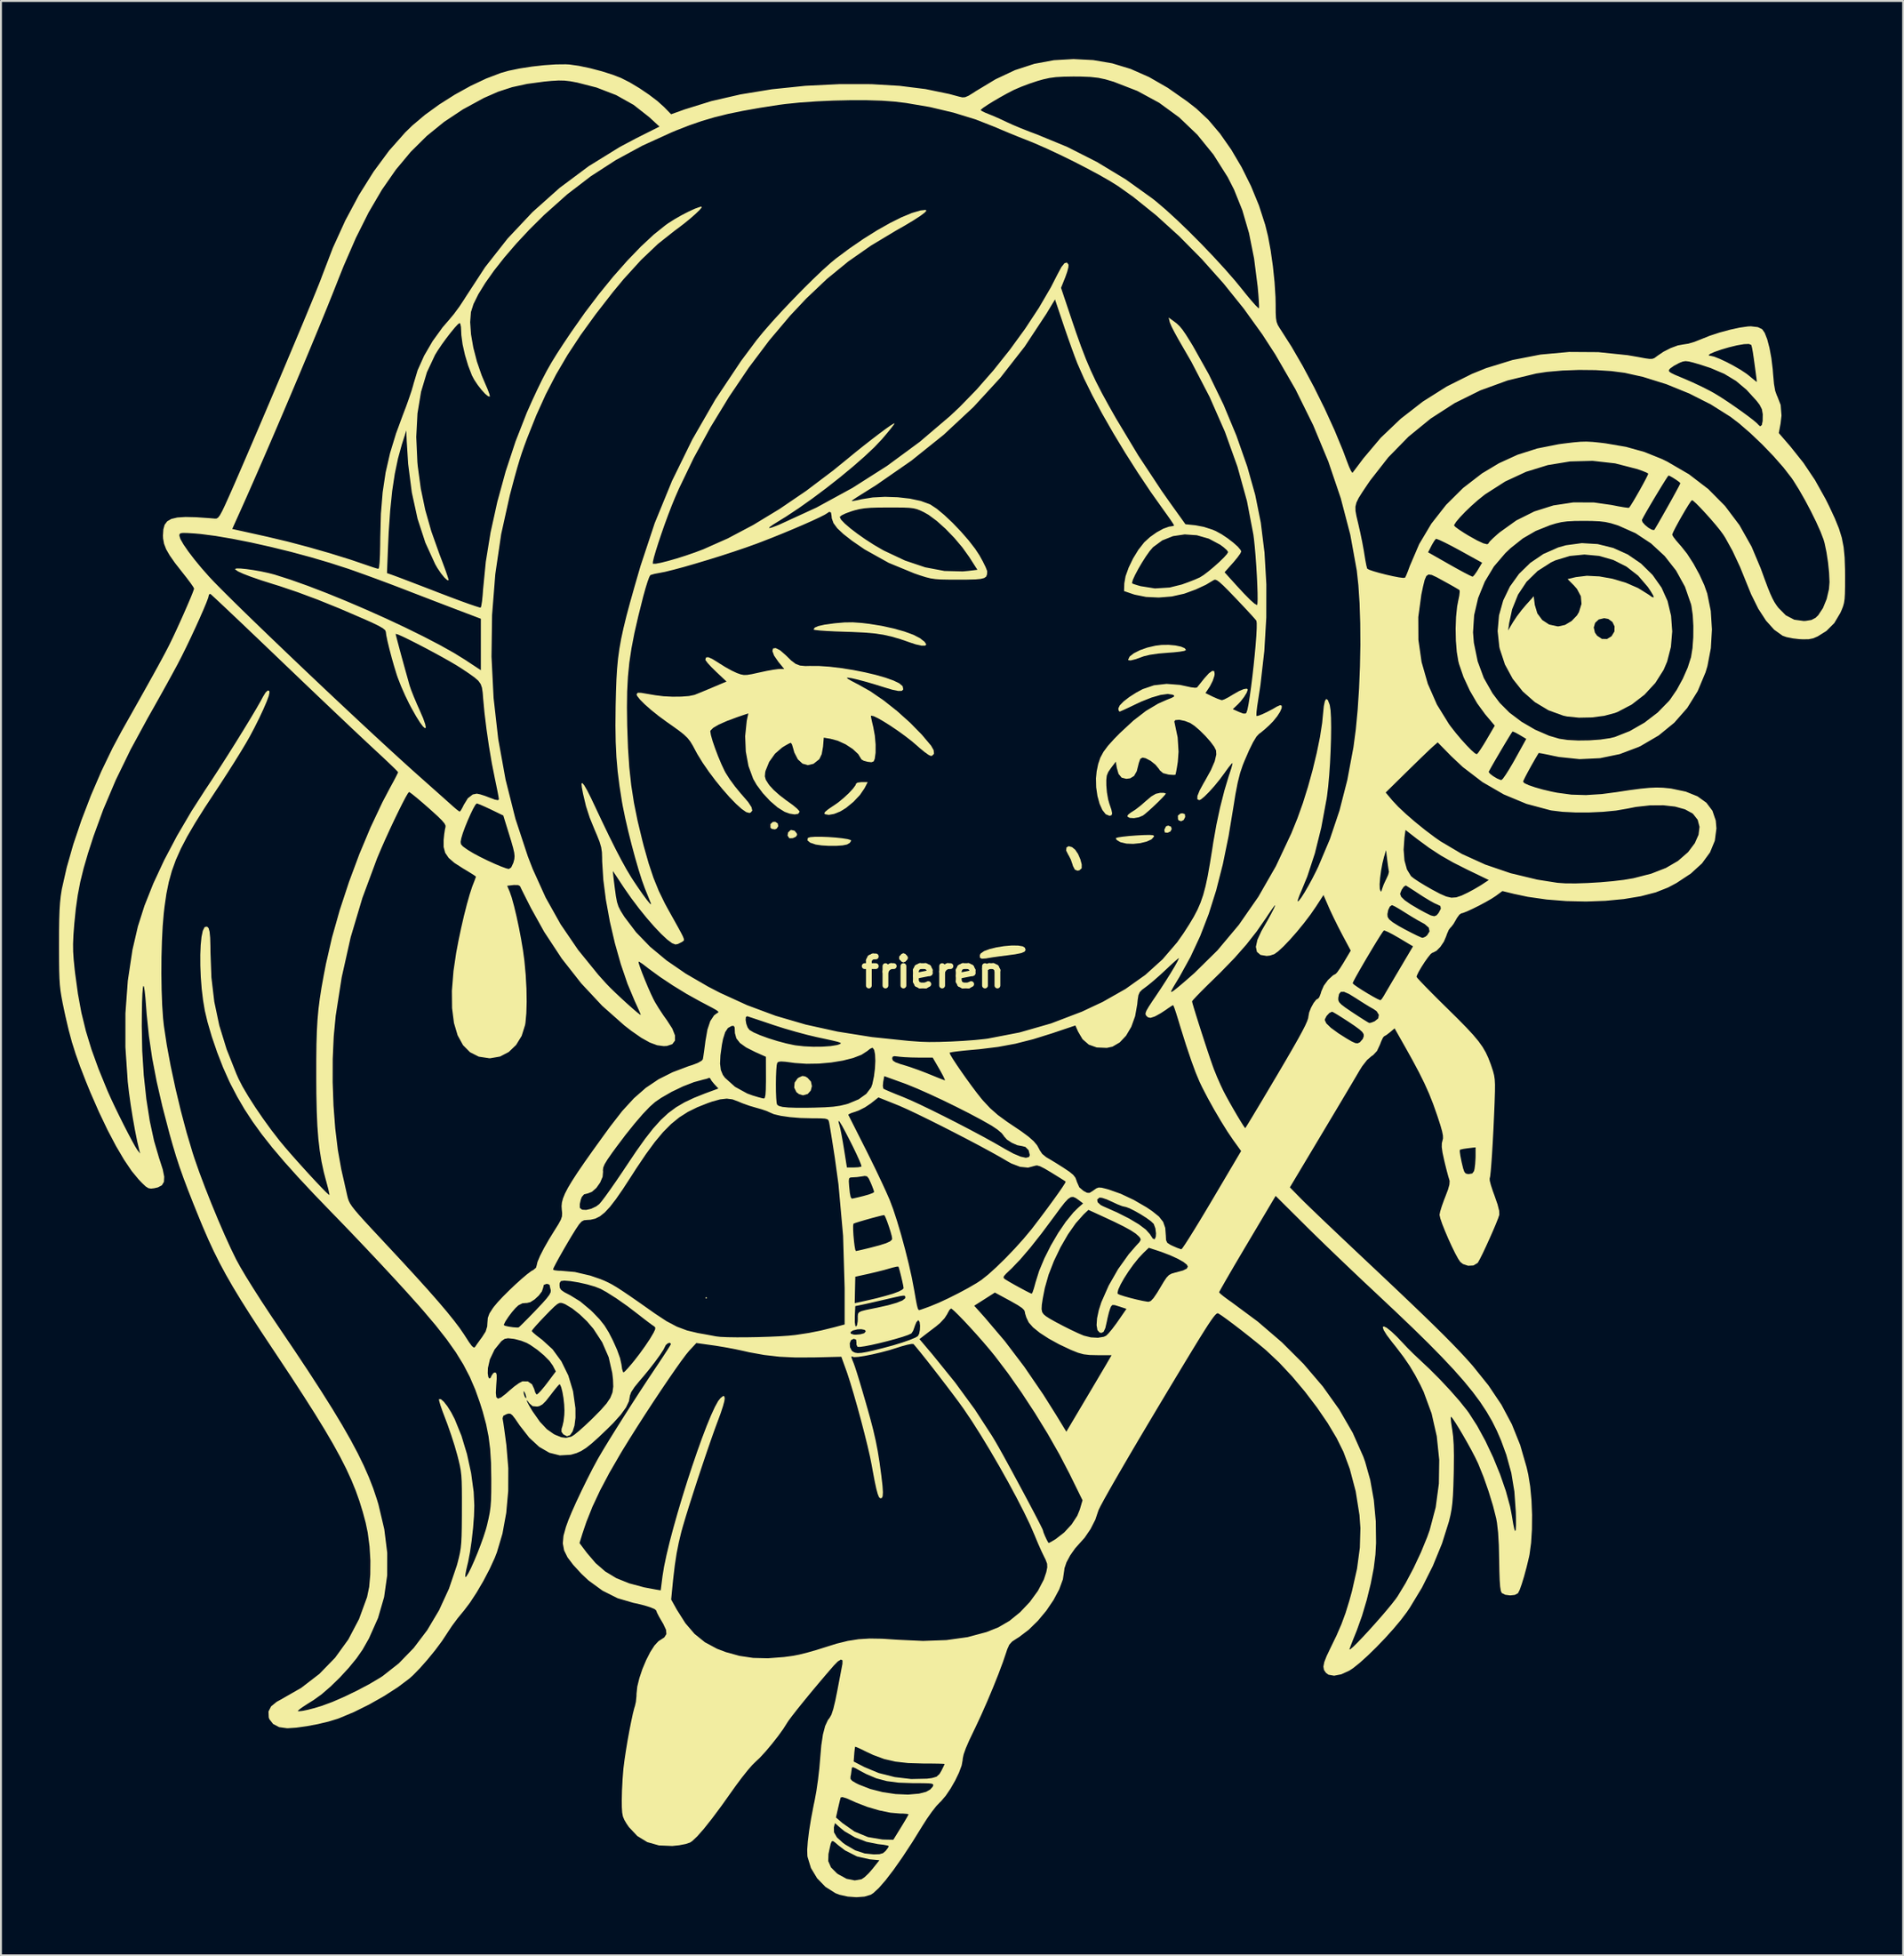
<source format=kicad_pcb>
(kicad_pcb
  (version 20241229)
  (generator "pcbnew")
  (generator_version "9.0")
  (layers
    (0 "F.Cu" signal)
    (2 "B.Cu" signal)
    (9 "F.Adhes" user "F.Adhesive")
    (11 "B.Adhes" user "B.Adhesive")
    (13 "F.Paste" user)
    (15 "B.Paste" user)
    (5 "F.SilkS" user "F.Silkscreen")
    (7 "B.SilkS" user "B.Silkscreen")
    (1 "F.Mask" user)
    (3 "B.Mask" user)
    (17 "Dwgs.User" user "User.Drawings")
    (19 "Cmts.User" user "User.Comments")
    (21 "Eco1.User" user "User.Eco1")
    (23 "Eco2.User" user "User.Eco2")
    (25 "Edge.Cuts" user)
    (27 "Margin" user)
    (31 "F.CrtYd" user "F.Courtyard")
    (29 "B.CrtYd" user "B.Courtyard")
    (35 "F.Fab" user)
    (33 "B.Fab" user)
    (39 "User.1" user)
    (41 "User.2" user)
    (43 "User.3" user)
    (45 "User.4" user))
  (footprint "frieren"
    (layer "F.Cu")
    (at 45.163 47.158)
    (property "Reference" "frieren" (at 0 0 0) (layer "F.SilkS") (effects (font (size 1.5 1.5) (thickness 0.3))))
    (attr board_only exclude_from_pos_files exclude_from_bom)
    (fp_poly (pts (xy -11.684 16.806) (xy -11.726 16.849) (xy -11.769 16.806) (xy -11.726 16.764)) (stroke (width 0) (type solid)) (fill yes) (layer "F.SilkS"))
    (fp_poly (pts (xy -8.028 -7.688) (xy -8.004 -7.545) (xy -8.085 -7.42) (xy -8.181 -7.383) (xy -8.343 -7.41) (xy -8.406 -7.475) (xy -8.406 -7.656) (xy -8.285 -7.767) (xy -8.16 -7.775)) (stroke (width 0) (type solid)) (fill yes) (layer "F.SilkS"))
    (fp_poly (pts (xy 12.29 -7.523) (xy 12.325 -7.402) (xy 12.262 -7.276) (xy 12.122 -7.211) (xy 11.977 -7.218) (xy 11.946 -7.328) (xy 11.952 -7.38) (xy 12.035 -7.545) (xy 12.15 -7.578)) (stroke (width 0) (type solid)) (fill yes) (layer "F.SilkS"))
    (fp_poly (pts (xy 13.008 -8.17) (xy 13.023 -8.023) (xy 12.947 -7.869) (xy 12.814 -7.803) (xy 12.688 -7.845) (xy 12.65 -7.906) (xy 12.644 -8.093) (xy 12.776 -8.199) (xy 12.88 -8.213)) (stroke (width 0) (type solid)) (fill yes) (layer "F.SilkS"))
    (fp_poly (pts (xy -7.158 -7.313) (xy -7.042 -7.167) (xy -7.029 -7.094) (xy -7.097 -6.998) (xy -7.251 -6.93) (xy -7.408 -6.923) (xy -7.442 -6.938) (xy -7.523 -7.067) (xy -7.493 -7.227) (xy -7.373 -7.34) (xy -7.333 -7.352)) (stroke (width 0) (type solid)) (fill yes) (layer "F.SilkS"))
    (fp_poly (pts (xy -6.61 5.374) (xy -6.487 5.447) (xy -6.314 5.641) (xy -6.264 5.877) (xy -6.324 6.106) (xy -6.48 6.28) (xy -6.721 6.35) (xy -6.724 6.35) (xy -6.929 6.289) (xy -7.063 6.188) (xy -7.179 5.95) (xy -7.156 5.692) (xy -7.005 5.476) (xy -6.931 5.426) (xy -6.754 5.349)) (stroke (width 0) (type solid)) (fill yes) (layer "F.SilkS"))
    (fp_poly (pts (xy 7.179 -6.465) (xy 7.341 -6.329) (xy 7.488 -6.111) (xy 7.607 -5.837) (xy 7.677 -5.572) (xy 7.675 -5.378) (xy 7.673 -5.373) (xy 7.559 -5.271) (xy 7.457 -5.249) (xy 7.323 -5.303) (xy 7.226 -5.486) (xy 7.202 -5.569) (xy 7.112 -5.826) (xy 7.004 -6.036) (xy 6.989 -6.056) (xy 6.873 -6.286) (xy 6.888 -6.448) (xy 7.001 -6.516)) (stroke (width 0) (type solid)) (fill yes) (layer "F.SilkS"))
    (fp_poly (pts (xy 11.348 -7.083) (xy 11.411 -7.049) (xy 11.412 -7.014) (xy 11.285 -6.869) (xy 11.034 -6.753) (xy 10.704 -6.672) (xy 10.34 -6.635) (xy 9.987 -6.648) (xy 9.69 -6.718) (xy 9.658 -6.731) (xy 9.484 -6.835) (xy 9.437 -6.921) (xy 9.447 -6.935) (xy 9.558 -6.969) (xy 9.802 -7.006) (xy 10.14 -7.042) (xy 10.487 -7.068) (xy 10.91 -7.091) (xy 11.189 -7.096)) (stroke (width 0) (type solid)) (fill yes) (layer "F.SilkS"))
    (fp_poly (pts (xy -5.414 -6.987) (xy -5.04 -6.961) (xy -4.699 -6.924) (xy -4.427 -6.881) (xy -4.264 -6.832) (xy -4.233 -6.801) (xy -4.304 -6.688) (xy -4.451 -6.602) (xy -4.675 -6.556) (xy -5.007 -6.533) (xy -5.39 -6.533) (xy -5.763 -6.555) (xy -6.068 -6.6) (xy -6.083 -6.604) (xy -6.356 -6.697) (xy -6.493 -6.811) (xy -6.48 -6.93) (xy -6.466 -6.945) (xy -6.345 -6.982) (xy -6.104 -7) (xy -5.781 -7.001)) (stroke (width 0) (type solid)) (fill yes) (layer "F.SilkS"))
    (fp_poly (pts (xy 4.382 -1.384) (xy 4.628 -1.343) (xy 4.74 -1.271) (xy 4.779 -1.156) (xy 4.72 -1.066) (xy 4.546 -0.994) (xy 4.237 -0.932) (xy 3.827 -0.877) (xy 3.439 -0.828) (xy 3.087 -0.779) (xy 2.823 -0.736) (xy 2.741 -0.72) (xy 2.514 -0.704) (xy 2.416 -0.757) (xy 2.413 -0.895) (xy 2.459 -0.978) (xy 2.633 -1.098) (xy 2.918 -1.204) (xy 3.276 -1.291) (xy 3.665 -1.353) (xy 4.047 -1.386)) (stroke (width 0) (type solid)) (fill yes) (layer "F.SilkS"))
    (fp_poly (pts (xy -3.547 -9.504) (xy -3.783 -9.158) (xy -4.12 -8.802) (xy -4.502 -8.489) (xy -4.801 -8.306) (xy -5.118 -8.18) (xy -5.391 -8.131) (xy -5.579 -8.163) (xy -5.626 -8.206) (xy -5.584 -8.285) (xy -5.427 -8.418) (xy -5.189 -8.579) (xy -5.169 -8.591) (xy -4.903 -8.775) (xy -4.621 -9.008) (xy -4.355 -9.255) (xy -4.14 -9.487) (xy -4.006 -9.67) (xy -3.979 -9.749) (xy -3.905 -9.797) (xy -3.722 -9.821) (xy -3.681 -9.821) (xy -3.383 -9.821)) (stroke (width 0) (type solid)) (fill yes) (layer "F.SilkS"))
    (fp_poly (pts (xy 11.921 -9.268) (xy 12.02 -9.241) (xy 12.023 -9.234) (xy 11.965 -9.15) (xy 11.813 -8.985) (xy 11.6 -8.773) (xy 11.359 -8.543) (xy 11.124 -8.33) (xy 10.928 -8.164) (xy 10.84 -8.098) (xy 10.625 -8.005) (xy 10.375 -7.963) (xy 10.155 -7.976) (xy 10.033 -8.044) (xy 10.064 -8.134) (xy 10.209 -8.25) (xy 10.256 -8.277) (xy 10.462 -8.411) (xy 10.728 -8.618) (xy 10.98 -8.838) (xy 11.271 -9.084) (xy 11.503 -9.219) (xy 11.719 -9.269) (xy 11.725 -9.269)) (stroke (width 0) (type solid)) (fill yes) (layer "F.SilkS"))
    (fp_poly (pts (xy 12.516 -16.88) (xy 12.805 -16.819) (xy 12.999 -16.737) (xy 13.061 -16.641) (xy 13.06 -16.637) (xy 12.973 -16.598) (xy 12.752 -16.559) (xy 12.433 -16.524) (xy 12.13 -16.502) (xy 11.632 -16.46) (xy 11.2 -16.397) (xy 10.881 -16.32) (xy 10.837 -16.304) (xy 10.449 -16.166) (xy 10.202 -16.105) (xy 10.087 -16.119) (xy 10.075 -16.148) (xy 10.154 -16.309) (xy 10.367 -16.475) (xy 10.681 -16.634) (xy 11.063 -16.769) (xy 11.479 -16.866) (xy 11.797 -16.906) (xy 12.168 -16.911)) (stroke (width 0) (type solid)) (fill yes) (layer "F.SilkS"))
    (fp_poly (pts (xy -3.697 -18.042) (xy -3.3 -17.995) (xy -2.659 -17.892) (xy -2.041 -17.756) (xy -1.483 -17.599) (xy -1.02 -17.43) (xy -0.689 -17.26) (xy -0.678 -17.253) (xy -0.441 -17.066) (xy -0.355 -16.937) (xy -0.41 -16.869) (xy -0.596 -16.868) (xy -0.904 -16.937) (xy -1.185 -17.029) (xy -1.694 -17.205) (xy -2.145 -17.337) (xy -2.58 -17.434) (xy -3.04 -17.501) (xy -3.566 -17.546) (xy -4.201 -17.576) (xy -4.551 -17.587) (xy -5.055 -17.604) (xy -5.496 -17.626) (xy -5.848 -17.65) (xy -6.084 -17.676) (xy -6.18 -17.7) (xy -6.181 -17.702) (xy -6.123 -17.798) (xy -5.939 -17.88) (xy -5.616 -17.952) (xy -5.139 -18.018) (xy -5.059 -18.027) (xy -4.585 -18.068) (xy -4.157 -18.074)) (stroke (width 0) (type solid)) (fill yes) (layer "F.SilkS"))
    (fp_poly (pts (xy 34.336 -22.114) (xy 35.134 -21.916) (xy 35.887 -21.578) (xy 36.573 -21.109) (xy 37.172 -20.519) (xy 37.634 -19.865) (xy 37.944 -19.176) (xy 38.128 -18.41) (xy 38.187 -17.607) (xy 38.119 -16.805) (xy 37.922 -16.043) (xy 37.742 -15.621) (xy 37.315 -14.946) (xy 36.756 -14.34) (xy 36.098 -13.832) (xy 35.374 -13.451) (xy 35.234 -13.396) (xy 34.675 -13.246) (xy 34.029 -13.163) (xy 33.365 -13.15) (xy 32.755 -13.212) (xy 32.559 -13.254) (xy 31.789 -13.533) (xy 31.085 -13.956) (xy 30.464 -14.503) (xy 29.944 -15.157) (xy 29.542 -15.898) (xy 29.275 -16.707) (xy 29.253 -16.806) (xy 29.166 -17.625) (xy 29.169 -17.653) (xy 29.707 -17.653) (xy 29.797 -17.806) (xy 34.132 -17.806) (xy 34.192 -17.542) (xy 34.305 -17.383) (xy 34.553 -17.218) (xy 34.817 -17.212) (xy 35.052 -17.357) (xy 35.199 -17.602) (xy 35.207 -17.862) (xy 35.096 -18.093) (xy 34.883 -18.248) (xy 34.671 -18.288) (xy 34.388 -18.221) (xy 34.202 -18.046) (xy 34.132 -17.806) (xy 29.797 -17.806) (xy 29.957 -18.078) (xy 30.151 -18.371) (xy 30.403 -18.704) (xy 30.619 -18.96) (xy 31.03 -19.419) (xy 31.085 -18.974) (xy 31.215 -18.537) (xy 31.471 -18.192) (xy 31.826 -17.96) (xy 32.256 -17.866) (xy 32.307 -17.865) (xy 32.649 -17.94) (xy 32.985 -18.14) (xy 33.263 -18.428) (xy 33.366 -18.6) (xy 33.498 -19.025) (xy 33.464 -19.423) (xy 33.263 -19.801) (xy 33.103 -19.983) (xy 32.78 -20.306) (xy 33.209 -20.409) (xy 33.775 -20.478) (xy 34.424 -20.445) (xy 35.11 -20.321) (xy 35.79 -20.118) (xy 36.419 -19.845) (xy 36.951 -19.515) (xy 36.956 -19.511) (xy 37.145 -19.379) (xy 37.23 -19.357) (xy 37.209 -19.451) (xy 37.082 -19.666) (xy 36.928 -19.897) (xy 36.424 -20.484) (xy 35.819 -20.952) (xy 35.139 -21.294) (xy 34.407 -21.504) (xy 33.649 -21.574) (xy 32.89 -21.5) (xy 32.155 -21.275) (xy 31.923 -21.167) (xy 31.23 -20.724) (xy 30.661 -20.169) (xy 30.22 -19.506) (xy 29.913 -18.742) (xy 29.761 -18.034) (xy 29.707 -17.653) (xy 29.169 -17.653) (xy 29.236 -18.43) (xy 29.452 -19.202) (xy 29.801 -19.924) (xy 30.271 -20.577) (xy 30.851 -21.142) (xy 31.528 -21.602) (xy 32.291 -21.939) (xy 32.69 -22.052) (xy 33.515 -22.163)) (stroke (width 0) (type solid)) (fill yes) (layer "F.SilkS"))
    (fp_poly (pts (xy -7.91 -16.632) (xy -7.616 -16.376) (xy -7.332 -16.099) (xy -7.103 -15.928) (xy -6.88 -15.842) (xy -6.61 -15.816) (xy -6.389 -15.821) (xy -5.895 -15.819) (xy -5.336 -15.78) (xy -4.738 -15.708) (xy -4.127 -15.611) (xy -3.527 -15.493) (xy -2.963 -15.359) (xy -2.462 -15.216) (xy -2.049 -15.069) (xy -1.748 -14.923) (xy -1.586 -14.785) (xy -1.571 -14.757) (xy -1.545 -14.609) (xy -1.619 -14.533) (xy -1.806 -14.529) (xy -2.12 -14.596) (xy -2.516 -14.715) (xy -3.039 -14.877) (xy -3.515 -15.015) (xy -3.919 -15.122) (xy -4.228 -15.192) (xy -4.416 -15.218) (xy -4.46 -15.211) (xy -4.408 -15.159) (xy -4.235 -15.056) (xy -3.976 -14.919) (xy -3.879 -14.871) (xy -3.244 -14.513) (xy -2.559 -14.043) (xy -1.861 -13.491) (xy -1.19 -12.89) (xy -0.583 -12.271) (xy -0.107 -11.706) (xy 0.026 -11.472) (xy 0.045 -11.288) (xy -0.05 -11.187) (xy -0.123 -11.176) (xy -0.239 -11.23) (xy -0.442 -11.375) (xy -0.697 -11.584) (xy -0.824 -11.697) (xy -1.118 -11.948) (xy -1.462 -12.213) (xy -1.83 -12.479) (xy -2.199 -12.728) (xy -2.544 -12.946) (xy -2.841 -13.117) (xy -3.066 -13.225) (xy -3.195 -13.255) (xy -3.216 -13.231) (xy -3.197 -13.12) (xy -3.148 -12.896) (xy -3.092 -12.658) (xy -3.013 -12.222) (xy -2.973 -11.761) (xy -2.975 -11.338) (xy -3.019 -11.019) (xy -3.076 -10.889) (xy -3.188 -10.849) (xy -3.377 -10.869) (xy -3.585 -10.924) (xy -3.705 -10.995) (xy -3.712 -11.008) (xy -3.872 -11.27) (xy -4.157 -11.535) (xy -4.524 -11.774) (xy -4.932 -11.961) (xy -5.302 -12.06) (xy -5.651 -12.119) (xy -5.69 -11.649) (xy -5.757 -11.268) (xy -5.878 -11.013) (xy -5.891 -10.998) (xy -6.18 -10.769) (xy -6.474 -10.699) (xy -6.751 -10.778) (xy -6.99 -10.998) (xy -7.172 -11.35) (xy -7.236 -11.578) (xy -7.292 -11.765) (xy -7.351 -11.852) (xy -7.356 -11.853) (xy -7.457 -11.811) (xy -7.649 -11.704) (xy -7.801 -11.61) (xy -8.171 -11.29) (xy -8.472 -10.868) (xy -8.659 -10.407) (xy -8.678 -10.321) (xy -8.695 -10.12) (xy -8.646 -9.943) (xy -8.509 -9.726) (xy -8.449 -9.646) (xy -8.242 -9.42) (xy -7.946 -9.156) (xy -7.616 -8.901) (xy -7.533 -8.842) (xy -7.252 -8.64) (xy -7.035 -8.459) (xy -6.915 -8.328) (xy -6.9 -8.292) (xy -6.97 -8.186) (xy -7.155 -8.154) (xy -7.416 -8.195) (xy -7.672 -8.288) (xy -8.035 -8.513) (xy -8.426 -8.849) (xy -8.802 -9.254) (xy -9.122 -9.684) (xy -9.298 -9.991) (xy -9.541 -10.653) (xy -9.681 -11.405) (xy -9.713 -12.196) (xy -9.632 -12.979) (xy -9.599 -13.143) (xy -9.548 -13.374) (xy -10.129 -13.175) (xy -10.664 -12.976) (xy -11.081 -12.791) (xy -11.365 -12.625) (xy -11.503 -12.486) (xy -11.515 -12.443) (xy -11.481 -12.244) (xy -11.392 -11.933) (xy -11.261 -11.553) (xy -11.106 -11.145) (xy -10.94 -10.751) (xy -10.781 -10.413) (xy -10.721 -10.301) (xy -10.515 -9.976) (xy -10.239 -9.6) (xy -9.943 -9.239) (xy -9.858 -9.144) (xy -9.555 -8.79) (xy -9.384 -8.528) (xy -9.343 -8.352) (xy -9.427 -8.251) (xy -9.498 -8.23) (xy -9.66 -8.275) (xy -9.896 -8.44) (xy -10.191 -8.706) (xy -10.526 -9.052) (xy -10.883 -9.458) (xy -11.245 -9.902) (xy -11.593 -10.366) (xy -11.911 -10.827) (xy -12.181 -11.266) (xy -12.279 -11.446) (xy -12.421 -11.712) (xy -12.548 -11.92) (xy -12.687 -12.097) (xy -12.864 -12.268) (xy -13.107 -12.462) (xy -13.442 -12.704) (xy -13.778 -12.94) (xy -14.187 -13.24) (xy -14.567 -13.544) (xy -14.893 -13.832) (xy -15.143 -14.082) (xy -15.292 -14.271) (xy -15.325 -14.357) (xy -15.262 -14.438) (xy -15.092 -14.434) (xy -14.879 -14.398) (xy -14.578 -14.347) (xy -14.357 -14.31) (xy -13.929 -14.257) (xy -13.462 -14.233) (xy -13.007 -14.238) (xy -12.614 -14.269) (xy -12.332 -14.327) (xy -12.311 -14.335) (xy -12.112 -14.415) (xy -11.812 -14.538) (xy -11.467 -14.682) (xy -11.363 -14.726) (xy -10.676 -15.016) (xy -11.222 -15.531) (xy -11.467 -15.772) (xy -11.655 -15.978) (xy -11.758 -16.116) (xy -11.769 -16.146) (xy -11.734 -16.26) (xy -11.621 -16.274) (xy -11.413 -16.184) (xy -11.095 -15.988) (xy -11.068 -15.969) (xy -10.741 -15.765) (xy -10.407 -15.58) (xy -10.139 -15.455) (xy -10.133 -15.453) (xy -9.945 -15.386) (xy -9.785 -15.354) (xy -9.607 -15.358) (xy -9.363 -15.399) (xy -9.005 -15.478) (xy -8.975 -15.485) (xy -8.602 -15.565) (xy -8.264 -15.626) (xy -8.014 -15.66) (xy -7.947 -15.663) (xy -7.693 -15.663) (xy -7.995 -16.032) (xy -8.218 -16.355) (xy -8.305 -16.591) (xy -8.271 -16.725) (xy -8.135 -16.744)) (stroke (width 0) (type solid)) (fill yes) (layer "F.SilkS"))
    (fp_poly (pts (xy 8.271 -47.105) (xy 9.249 -46.938) (xy 10.204 -46.649) (xy 11.156 -46.229) (xy 12.123 -45.673) (xy 13.126 -44.971) (xy 13.602 -44.599) (xy 14.216 -44.025) (xy 14.821 -43.311) (xy 15.401 -42.483) (xy 15.94 -41.57) (xy 16.423 -40.599) (xy 16.834 -39.599) (xy 17.157 -38.598) (xy 17.301 -38.015) (xy 17.438 -37.279) (xy 17.554 -36.464) (xy 17.639 -35.639) (xy 17.688 -34.87) (xy 17.696 -34.476) (xy 17.698 -34.069) (xy 17.712 -33.788) (xy 17.745 -33.589) (xy 17.806 -33.428) (xy 17.905 -33.263) (xy 17.954 -33.189) (xy 18.516 -32.309) (xy 19.097 -31.307) (xy 19.674 -30.228) (xy 20.226 -29.115) (xy 20.731 -28.011) (xy 21.167 -26.96) (xy 21.38 -26.391) (xy 21.493 -26.098) (xy 21.591 -25.889) (xy 21.657 -25.796) (xy 21.67 -25.798) (xy 21.741 -25.891) (xy 21.889 -26.087) (xy 22.09 -26.353) (xy 22.229 -26.539) (xy 23.123 -27.599) (xy 24.154 -28.582) (xy 25.298 -29.471) (xy 26.533 -30.25) (xy 27.837 -30.902) (xy 28.574 -31.2) (xy 29.939 -31.62) (xy 31.376 -31.899) (xy 32.86 -32.035) (xy 34.368 -32.025) (xy 35.876 -31.869) (xy 36.428 -31.774) (xy 36.782 -31.708) (xy 37.012 -31.676) (xy 37.16 -31.68) (xy 37.268 -31.721) (xy 37.38 -31.803) (xy 37.402 -31.821) (xy 37.474 -31.87) (xy 40.062 -31.87) (xy 40.12 -31.837) (xy 40.166 -31.835) (xy 40.355 -31.792) (xy 40.645 -31.677) (xy 40.997 -31.512) (xy 41.37 -31.315) (xy 41.725 -31.109) (xy 42.02 -30.913) (xy 42.122 -30.834) (xy 42.339 -30.656) (xy 42.495 -30.529) (xy 42.554 -30.483) (xy 42.552 -30.552) (xy 42.539 -30.671) (xy 42.46 -31.259) (xy 42.399 -31.701) (xy 42.352 -32.016) (xy 42.315 -32.225) (xy 42.286 -32.349) (xy 42.263 -32.404) (xy 42.144 -32.447) (xy 41.893 -32.437) (xy 41.537 -32.377) (xy 41.104 -32.271) (xy 40.725 -32.159) (xy 40.376 -32.038) (xy 40.151 -31.939) (xy 40.062 -31.87) (xy 37.474 -31.87) (xy 37.731 -32.044) (xy 38.11 -32.237) (xy 38.479 -32.373) (xy 38.78 -32.426) (xy 38.787 -32.427) (xy 39.017 -32.462) (xy 39.332 -32.555) (xy 39.663 -32.686) (xy 39.675 -32.691) (xy 40.119 -32.869) (xy 40.633 -33.037) (xy 41.166 -33.182) (xy 41.668 -33.291) (xy 42.09 -33.351) (xy 42.25 -33.359) (xy 42.611 -33.316) (xy 42.832 -33.211) (xy 42.965 -33.02) (xy 43.094 -32.689) (xy 43.21 -32.247) (xy 43.307 -31.724) (xy 43.377 -31.149) (xy 43.398 -30.884) (xy 43.444 -30.382) (xy 43.508 -30.023) (xy 43.594 -29.784) (xy 43.61 -29.756) (xy 43.788 -29.3) (xy 43.831 -28.752) (xy 43.783 -28.336) (xy 43.692 -27.847) (xy 44.289 -27.157) (xy 44.966 -26.309) (xy 45.562 -25.42) (xy 46.113 -24.434) (xy 46.301 -24.056) (xy 46.587 -23.442) (xy 46.799 -22.92) (xy 46.947 -22.441) (xy 47.042 -21.959) (xy 47.094 -21.425) (xy 47.115 -20.793) (xy 47.117 -20.447) (xy 47.116 -19.936) (xy 47.109 -19.559) (xy 47.093 -19.282) (xy 47.061 -19.071) (xy 47.011 -18.891) (xy 46.938 -18.707) (xy 46.872 -18.561) (xy 46.56 -18.035) (xy 46.153 -17.628) (xy 45.701 -17.347) (xy 45.467 -17.247) (xy 45.23 -17.2) (xy 44.921 -17.197) (xy 44.751 -17.206) (xy 44.406 -17.246) (xy 44.09 -17.311) (xy 43.887 -17.383) (xy 43.453 -17.693) (xy 43.032 -18.161) (xy 42.632 -18.776) (xy 42.261 -19.527) (xy 42.081 -19.968) (xy 41.69 -20.933) (xy 41.304 -21.759) (xy 40.931 -22.433) (xy 40.821 -22.606) (xy 40.666 -22.818) (xy 40.447 -23.089) (xy 40.189 -23.39) (xy 39.917 -23.694) (xy 39.657 -23.973) (xy 39.435 -24.199) (xy 39.274 -24.344) (xy 39.207 -24.384) (xy 39.145 -24.315) (xy 39.023 -24.132) (xy 38.862 -23.869) (xy 38.683 -23.563) (xy 38.506 -23.249) (xy 38.35 -22.961) (xy 38.237 -22.736) (xy 38.186 -22.607) (xy 38.185 -22.599) (xy 38.239 -22.494) (xy 38.382 -22.305) (xy 38.587 -22.068) (xy 38.637 -22.014) (xy 38.955 -21.614) (xy 39.282 -21.107) (xy 39.588 -20.548) (xy 39.842 -19.995) (xy 39.996 -19.558) (xy 40.177 -18.663) (xy 40.238 -17.705) (xy 40.181 -16.738) (xy 40.006 -15.818) (xy 39.909 -15.494) (xy 39.501 -14.52) (xy 38.961 -13.651) (xy 38.29 -12.888) (xy 37.489 -12.234) (xy 36.56 -11.69) (xy 36.449 -11.637) (xy 35.475 -11.269) (xy 34.454 -11.059) (xy 33.401 -11.009) (xy 32.333 -11.121) (xy 32.053 -11.177) (xy 31.721 -11.248) (xy 31.46 -11.3) (xy 31.308 -11.324) (xy 31.285 -11.324) (xy 31.105 -11.022) (xy 30.918 -10.694) (xy 30.742 -10.376) (xy 30.598 -10.103) (xy 30.505 -9.912) (xy 30.48 -9.842) (xy 30.558 -9.764) (xy 30.774 -9.665) (xy 31.097 -9.554) (xy 31.498 -9.44) (xy 31.949 -9.334) (xy 32.246 -9.275) (xy 32.977 -9.176) (xy 33.728 -9.153) (xy 34.544 -9.205) (xy 35.325 -9.309) (xy 36.006 -9.412) (xy 36.553 -9.484) (xy 36.998 -9.527) (xy 37.375 -9.543) (xy 37.715 -9.533) (xy 38.05 -9.5) (xy 38.138 -9.489) (xy 38.887 -9.332) (xy 39.491 -9.089) (xy 39.95 -8.76) (xy 40.264 -8.344) (xy 40.435 -7.84) (xy 40.47 -7.433) (xy 40.386 -6.795) (xy 40.138 -6.193) (xy 39.725 -5.628) (xy 39.149 -5.102) (xy 38.411 -4.615) (xy 37.973 -4.382) (xy 37.335 -4.13) (xy 36.564 -3.93) (xy 35.688 -3.784) (xy 34.736 -3.693) (xy 33.735 -3.657) (xy 32.714 -3.68) (xy 31.701 -3.76) (xy 30.724 -3.9) (xy 30.01 -4.051) (xy 29.412 -4.197) (xy 29.078 -3.951) (xy 28.858 -3.807) (xy 28.559 -3.635) (xy 28.221 -3.454) (xy 27.883 -3.286) (xy 27.586 -3.149) (xy 27.369 -3.065) (xy 27.29 -3.048) (xy 27.189 -2.979) (xy 27.061 -2.804) (xy 27.011 -2.714) (xy 26.882 -2.493) (xy 26.762 -2.339) (xy 26.73 -2.312) (xy 26.64 -2.194) (xy 26.545 -1.976) (xy 26.51 -1.87) (xy 26.388 -1.584) (xy 26.208 -1.318) (xy 26.009 -1.115) (xy 25.826 -1.019) (xy 25.797 -1.016) (xy 25.709 -0.949) (xy 25.566 -0.774) (xy 25.396 -0.535) (xy 25.226 -0.27) (xy 25.082 -0.023) (xy 24.993 0.165) (xy 24.977 0.233) (xy 25.035 0.31) (xy 25.199 0.489) (xy 25.453 0.753) (xy 25.78 1.085) (xy 26.166 1.471) (xy 26.571 1.869) (xy 27.119 2.41) (xy 27.558 2.857) (xy 27.905 3.232) (xy 28.175 3.555) (xy 28.385 3.848) (xy 28.551 4.132) (xy 28.688 4.427) (xy 28.813 4.755) (xy 28.845 4.849) (xy 28.927 5.097) (xy 28.982 5.312) (xy 29.015 5.531) (xy 29.029 5.794) (xy 29.027 6.14) (xy 29.012 6.608) (xy 29.008 6.731) (xy 28.978 7.449) (xy 28.946 8.143) (xy 28.911 8.794) (xy 28.876 9.379) (xy 28.841 9.878) (xy 28.808 10.271) (xy 28.779 10.536) (xy 28.754 10.652) (xy 28.76 10.763) (xy 28.819 10.992) (xy 28.921 11.302) (xy 29.003 11.526) (xy 29.161 11.98) (xy 29.245 12.316) (xy 29.252 12.518) (xy 29.19 12.705) (xy 29.074 12.997) (xy 28.92 13.359) (xy 28.745 13.755) (xy 28.565 14.15) (xy 28.396 14.509) (xy 28.253 14.795) (xy 28.153 14.975) (xy 28.129 15.007) (xy 27.916 15.134) (xy 27.643 15.15) (xy 27.374 15.061) (xy 27.237 14.953) (xy 27.125 14.788) (xy 26.974 14.51) (xy 26.799 14.154) (xy 26.618 13.758) (xy 26.448 13.36) (xy 26.304 12.998) (xy 26.204 12.708) (xy 26.164 12.529) (xy 26.163 12.521) (xy 26.195 12.353) (xy 26.279 12.079) (xy 26.398 11.747) (xy 26.453 11.608) (xy 26.599 11.225) (xy 26.673 10.959) (xy 26.685 10.778) (xy 26.666 10.701) (xy 26.614 10.533) (xy 26.538 10.249) (xy 26.45 9.898) (xy 26.408 9.721) (xy 26.319 9.311) (xy 26.312 9.263) (xy 27.21 9.263) (xy 27.241 9.479) (xy 27.3 9.772) (xy 27.308 9.811) (xy 27.383 10.122) (xy 27.446 10.302) (xy 27.519 10.387) (xy 27.624 10.413) (xy 27.682 10.414) (xy 27.857 10.384) (xy 27.944 10.262) (xy 27.972 10.149) (xy 28.004 9.901) (xy 28.023 9.586) (xy 28.025 9.461) (xy 28.025 9.037) (xy 27.639 9.081) (xy 27.4 9.115) (xy 27.242 9.152) (xy 27.213 9.166) (xy 27.21 9.263) (xy 26.312 9.263) (xy 26.278 9.025) (xy 26.282 8.824) (xy 26.313 8.7) (xy 26.343 8.578) (xy 26.339 8.424) (xy 26.296 8.207) (xy 26.208 7.897) (xy 26.068 7.464) (xy 26.038 7.375) (xy 25.838 6.808) (xy 25.627 6.274) (xy 25.387 5.738) (xy 25.103 5.164) (xy 24.756 4.515) (xy 24.402 3.88) (xy 23.842 2.892) (xy 23.599 3.097) (xy 23.426 3.23) (xy 23.309 3.299) (xy 23.297 3.302) (xy 23.239 3.375) (xy 23.151 3.562) (xy 23.086 3.732) (xy 22.932 4.06) (xy 22.731 4.275) (xy 22.646 4.33) (xy 22.417 4.528) (xy 22.167 4.848) (xy 22.031 5.065) (xy 21.912 5.268) (xy 21.718 5.596) (xy 21.462 6.028) (xy 21.155 6.544) (xy 20.81 7.123) (xy 20.438 7.745) (xy 20.067 8.366) (xy 18.431 11.102) (xy 19.015 11.697) (xy 19.205 11.885) (xy 19.502 12.173) (xy 19.889 12.545) (xy 20.349 12.984) (xy 20.866 13.475) (xy 21.422 14.001) (xy 22.002 14.548) (xy 22.225 14.758) (xy 23.168 15.645) (xy 23.997 16.429) (xy 24.721 17.118) (xy 25.352 17.723) (xy 25.898 18.254) (xy 26.371 18.721) (xy 26.781 19.135) (xy 27.138 19.505) (xy 27.453 19.841) (xy 27.735 20.154) (xy 27.875 20.313) (xy 28.691 21.327) (xy 29.362 22.326) (xy 29.903 23.342) (xy 30.331 24.408) (xy 30.663 25.557) (xy 30.748 25.934) (xy 30.849 26.55) (xy 30.915 27.259) (xy 30.945 28.013) (xy 30.938 28.762) (xy 30.895 29.458) (xy 30.815 30.051) (xy 30.788 30.184) (xy 30.662 30.708) (xy 30.533 31.188) (xy 30.409 31.593) (xy 30.301 31.893) (xy 30.216 32.058) (xy 30.214 32.061) (xy 30.052 32.146) (xy 29.809 32.171) (xy 29.561 32.139) (xy 29.385 32.051) (xy 29.374 32.039) (xy 29.329 31.932) (xy 29.296 31.72) (xy 29.271 31.387) (xy 29.255 30.916) (xy 29.245 30.367) (xy 29.227 29.565) (xy 29.189 28.918) (xy 29.131 28.415) (xy 29.091 28.194) (xy 28.923 27.533) (xy 28.698 26.798) (xy 28.441 26.063) (xy 28.175 25.403) (xy 28.136 25.315) (xy 27.998 25.03) (xy 27.817 24.683) (xy 27.609 24.305) (xy 27.391 23.923) (xy 27.181 23.568) (xy 26.995 23.268) (xy 26.851 23.052) (xy 26.765 22.949) (xy 26.754 22.945) (xy 26.743 23.021) (xy 26.761 23.224) (xy 26.803 23.514) (xy 26.818 23.601) (xy 26.866 23.96) (xy 26.896 24.405) (xy 26.907 24.959) (xy 26.901 25.649) (xy 26.896 25.908) (xy 26.879 26.524) (xy 26.857 27.008) (xy 26.827 27.395) (xy 26.786 27.722) (xy 26.729 28.026) (xy 26.652 28.342) (xy 26.647 28.363) (xy 26.293 29.489) (xy 25.82 30.644) (xy 25.255 31.771) (xy 24.624 32.813) (xy 24.469 33.04) (xy 24.157 33.453) (xy 23.773 33.909) (xy 23.345 34.384) (xy 22.897 34.849) (xy 22.456 35.279) (xy 22.049 35.647) (xy 21.701 35.926) (xy 21.505 36.055) (xy 21.083 36.247) (xy 20.716 36.318) (xy 20.426 36.266) (xy 20.291 36.167) (xy 20.193 36.02) (xy 20.164 35.847) (xy 20.208 35.617) (xy 20.331 35.301) (xy 20.524 34.897) (xy 20.843 34.239) (xy 21.096 33.656) (xy 21.308 33.08) (xy 21.503 32.447) (xy 21.637 31.962) (xy 21.902 30.79) (xy 22.047 29.71) (xy 22.075 28.696) (xy 22.028 28.024) (xy 21.832 26.798) (xy 21.525 25.636) (xy 21.199 24.759) (xy 20.847 24.048) (xy 20.382 23.27) (xy 19.827 22.46) (xy 19.208 21.648) (xy 18.55 20.867) (xy 17.878 20.149) (xy 17.215 19.526) (xy 17.096 19.424) (xy 16.733 19.124) (xy 16.331 18.802) (xy 15.92 18.479) (xy 15.527 18.178) (xy 15.179 17.918) (xy 14.905 17.722) (xy 14.734 17.612) (xy 14.73 17.61) (xy 14.693 17.603) (xy 14.643 17.627) (xy 14.575 17.69) (xy 14.482 17.803) (xy 14.358 17.974) (xy 14.196 18.215) (xy 13.992 18.534) (xy 13.737 18.942) (xy 13.427 19.448) (xy 13.054 20.062) (xy 12.613 20.793) (xy 12.096 21.652) (xy 11.59 22.497) (xy 11.078 23.355) (xy 10.592 24.173) (xy 10.141 24.939) (xy 9.732 25.641) (xy 9.37 26.266) (xy 9.065 26.802) (xy 8.822 27.236) (xy 8.649 27.557) (xy 8.553 27.751) (xy 8.536 27.796) (xy 8.38 28.26) (xy 8.129 28.751) (xy 7.826 29.195) (xy 7.622 29.422) (xy 7.334 29.744) (xy 7.08 30.107) (xy 6.888 30.465) (xy 6.784 30.773) (xy 6.773 30.879) (xy 6.705 31.339) (xy 6.514 31.86) (xy 6.22 32.41) (xy 5.846 32.962) (xy 5.41 33.484) (xy 4.935 33.947) (xy 4.441 34.322) (xy 4.313 34.401) (xy 4.081 34.554) (xy 3.936 34.716) (xy 3.828 34.951) (xy 3.775 35.114) (xy 3.601 35.626) (xy 3.368 36.247) (xy 3.092 36.937) (xy 2.79 37.654) (xy 2.479 38.358) (xy 2.176 39.006) (xy 2.118 39.125) (xy 1.862 39.661) (xy 1.684 40.073) (xy 1.575 40.381) (xy 1.527 40.608) (xy 1.523 40.679) (xy 1.472 40.956) (xy 1.336 41.321) (xy 1.139 41.73) (xy 0.904 42.141) (xy 0.654 42.511) (xy 0.412 42.796) (xy 0.342 42.862) (xy 0.163 43.05) (xy -0.067 43.344) (xy -0.319 43.702) (xy -0.54 44.048) (xy -1.08 44.918) (xy -1.584 45.685) (xy -2.044 46.34) (xy -2.453 46.874) (xy -2.805 47.278) (xy -3.094 47.544) (xy -3.223 47.628) (xy -3.545 47.725) (xy -3.962 47.756) (xy -4.414 47.723) (xy -4.841 47.628) (xy -5.046 47.549) (xy -5.566 47.221) (xy -5.997 46.776) (xy -6.313 46.249) (xy -6.423 45.892) (xy -5.419 45.892) (xy -5.279 46.216) (xy -4.98 46.516) (xy -4.916 46.563) (xy -4.472 46.805) (xy -4.05 46.889) (xy -3.701 46.828) (xy -3.544 46.723) (xy -3.335 46.525) (xy -3.137 46.298) (xy -2.777 45.847) (xy -3.28 45.798) (xy -3.936 45.65) (xy -4.55 45.34) (xy -4.893 45.08) (xy -5.064 44.932) (xy -5.172 44.856) (xy -5.242 44.873) (xy -5.295 45.002) (xy -5.353 45.262) (xy -5.408 45.524) (xy -5.419 45.892) (xy -6.423 45.892) (xy -6.49 45.675) (xy -6.499 45.611) (xy -6.508 45.31) (xy -6.476 44.872) (xy -6.407 44.323) (xy -6.379 44.148) (xy -5.129 44.148) (xy -5.123 44.405) (xy -4.97 44.668) (xy -4.662 44.948) (xy -4.53 45.043) (xy -4.025 45.336) (xy -3.536 45.497) (xy -3.062 45.545) (xy -2.771 45.534) (xy -2.589 45.481) (xy -2.456 45.366) (xy -2.451 45.36) (xy -2.335 45.207) (xy -2.289 45.118) (xy -2.364 45.085) (xy -2.566 45.048) (xy -2.848 45.015) (xy -2.849 45.015) (xy -3.442 44.896) (xy -4.04 44.666) (xy -4.573 44.354) (xy -4.763 44.202) (xy -5.074 43.93) (xy -5.129 44.148) (xy -6.379 44.148) (xy -6.305 43.69) (xy -6.295 43.638) (xy -5.02 43.638) (xy -4.69 43.925) (xy -4.061 44.366) (xy -3.371 44.65) (xy -2.625 44.775) (xy -2.489 44.78) (xy -2.057 44.789) (xy -1.663 44.151) (xy -1.488 43.863) (xy -1.353 43.633) (xy -1.278 43.496) (xy -1.27 43.474) (xy -1.346 43.452) (xy -1.543 43.437) (xy -1.722 43.434) (xy -2.207 43.392) (xy -2.781 43.274) (xy -3.387 43.097) (xy -3.971 42.873) (xy -4.131 42.8) (xy -4.479 42.648) (xy -4.692 42.584) (xy -4.779 42.608) (xy -4.781 42.611) (xy -4.816 42.747) (xy -4.873 42.987) (xy -4.917 43.176) (xy -5.02 43.638) (xy -6.295 43.638) (xy -6.173 42.998) (xy -6.122 42.757) (xy -6.032 42.267) (xy -5.947 41.687) (xy -5.93 41.536) (xy -4.27 41.536) (xy -4.269 41.646) (xy -4.186 41.746) (xy -3.99 41.863) (xy -3.829 41.942) (xy -3.246 42.168) (xy -2.601 42.332) (xy -1.937 42.43) (xy -1.298 42.457) (xy -0.729 42.408) (xy -0.367 42.316) (xy -0.156 42.198) (xy -0.02 42.047) (xy -0.019 42.044) (xy 0.008 41.972) (xy -0.006 41.923) (xy -0.084 41.892) (xy -0.252 41.875) (xy -0.535 41.868) (xy -0.957 41.866) (xy -1.049 41.866) (xy -1.777 41.841) (xy -2.389 41.762) (xy -2.933 41.618) (xy -3.457 41.397) (xy -3.771 41.23) (xy -4.01 41.096) (xy -4.139 41.042) (xy -4.194 41.063) (xy -4.21 41.153) (xy -4.212 41.173) (xy -4.245 41.416) (xy -4.27 41.536) (xy -5.93 41.536) (xy -5.879 41.093) (xy -5.85 40.748) (xy -4.106 40.748) (xy -3.556 41.034) (xy -2.81 41.344) (xy -1.983 41.553) (xy -1.133 41.653) (xy -0.316 41.635) (xy -0.059 41.601) (xy 0.173 41.534) (xy 0.329 41.393) (xy 0.428 41.224) (xy 0.529 41.021) (xy 0.587 40.894) (xy 0.593 40.876) (xy 0.513 40.867) (xy 0.295 40.859) (xy -0.03 40.854) (xy -0.43 40.851) (xy -0.529 40.851) (xy -1.298 40.828) (xy -1.95 40.754) (xy -2.529 40.621) (xy -3.085 40.417) (xy -3.436 40.253) (xy -3.711 40.118) (xy -3.92 40.022) (xy -4.024 39.984) (xy -4.029 39.985) (xy -4.047 40.073) (xy -4.069 40.273) (xy -4.077 40.377) (xy -4.106 40.748) (xy -5.85 40.748) (xy -5.841 40.64) (xy -5.779 39.917) (xy -5.694 39.348) (xy -5.581 38.917) (xy -5.438 38.61) (xy -5.348 38.492) (xy -5.257 38.332) (xy -5.16 38.039) (xy -5.054 37.601) (xy -4.958 37.126) (xy -4.873 36.679) (xy -4.796 36.274) (xy -4.734 35.948) (xy -4.695 35.741) (xy -4.688 35.708) (xy -4.684 35.526) (xy -4.765 35.484) (xy -4.924 35.581) (xy -5.132 35.793) (xy -5.536 36.26) (xy -5.946 36.743) (xy -6.345 37.221) (xy -6.715 37.673) (xy -7.039 38.076) (xy -7.299 38.409) (xy -7.479 38.651) (xy -7.547 38.756) (xy -7.746 39.07) (xy -8.02 39.449) (xy -8.337 39.851) (xy -8.66 40.235) (xy -8.958 40.558) (xy -9.18 40.766) (xy -9.357 40.941) (xy -9.602 41.226) (xy -9.889 41.587) (xy -10.192 41.993) (xy -10.369 42.241) (xy -10.931 43.031) (xy -11.423 43.691) (xy -11.841 44.218) (xy -12.182 44.606) (xy -12.443 44.853) (xy -12.559 44.932) (xy -12.786 45.009) (xy -13.118 45.073) (xy -13.477 45.11) (xy -14.168 45.082) (xy -14.77 44.911) (xy -15.287 44.595) (xy -15.722 44.131) (xy -15.845 43.952) (xy -15.957 43.761) (xy -16.029 43.587) (xy -16.067 43.384) (xy -16.084 43.102) (xy -16.087 42.737) (xy -16.076 42.244) (xy -16.048 41.69) (xy -16.009 41.179) (xy -15.999 41.081) (xy -15.948 40.678) (xy -15.876 40.2) (xy -15.791 39.685) (xy -15.697 39.169) (xy -15.603 38.69) (xy -15.516 38.284) (xy -15.441 37.988) (xy -15.408 37.885) (xy -15.358 37.667) (xy -15.328 37.373) (xy -15.325 37.248) (xy -15.286 36.878) (xy -15.179 36.441) (xy -15.022 35.974) (xy -14.828 35.514) (xy -14.616 35.097) (xy -14.399 34.76) (xy -14.195 34.539) (xy -14.129 34.496) (xy -13.891 34.341) (xy -13.783 34.168) (xy -13.802 33.947) (xy -13.943 33.645) (xy -14.008 33.535) (xy -14.16 33.273) (xy -14.268 33.063) (xy -14.309 32.951) (xy -14.386 32.881) (xy -14.595 32.792) (xy -14.9 32.695) (xy -15.267 32.602) (xy -15.494 32.555) (xy -16.301 32.318) (xy -17.081 31.928) (xy -17.805 31.401) (xy -18.171 31.057) (xy -18.594 30.598) (xy -18.89 30.207) (xy -19.067 29.849) (xy -19.134 29.489) (xy -19.133 29.469) (xy -18.272 29.469) (xy -17.893 29.973) (xy -17.439 30.505) (xy -16.942 30.935) (xy -16.376 31.277) (xy -15.715 31.546) (xy -14.933 31.755) (xy -14.34 31.867) (xy -14.076 31.911) (xy -13.98 31.163) (xy -13.9 30.674) (xy -13.776 30.084) (xy -13.615 29.414) (xy -13.421 28.682) (xy -13.202 27.907) (xy -12.964 27.108) (xy -12.713 26.303) (xy -12.454 25.513) (xy -12.195 24.756) (xy -11.942 24.051) (xy -11.7 23.417) (xy -11.476 22.873) (xy -11.276 22.439) (xy -11.106 22.132) (xy -10.986 21.982) (xy -10.85 21.877) (xy -10.793 21.886) (xy -10.769 21.995) (xy -10.788 22.14) (xy -10.859 22.403) (xy -10.971 22.745) (xy -11.096 23.085) (xy -11.261 23.528) (xy -11.459 24.085) (xy -11.681 24.726) (xy -11.915 25.419) (xy -12.153 26.133) (xy -12.382 26.838) (xy -12.594 27.5) (xy -12.778 28.091) (xy -12.923 28.578) (xy -13.005 28.871) (xy -13.143 29.441) (xy -13.255 30.005) (xy -13.348 30.615) (xy -13.431 31.322) (xy -13.461 31.623) (xy -13.535 32.385) (xy -13.245 32.906) (xy -12.803 33.605) (xy -12.328 34.159) (xy -11.792 34.591) (xy -11.168 34.926) (xy -10.71 35.1) (xy -10.006 35.294) (xy -9.298 35.399) (xy -8.543 35.418) (xy -7.701 35.353) (xy -7.239 35.291) (xy -6.914 35.227) (xy -6.49 35.121) (xy -6.024 34.988) (xy -5.647 34.869) (xy -4.991 34.664) (xy -4.411 34.521) (xy -3.857 34.434) (xy -3.283 34.398) (xy -2.641 34.408) (xy -1.882 34.458) (xy -1.86 34.46) (xy -0.523 34.522) (xy 0.689 34.478) (xy 1.78 34.326) (xy 2.756 34.065) (xy 3.369 33.821) (xy 3.943 33.487) (xy 4.495 33.038) (xy 4.995 32.51) (xy 5.413 31.937) (xy 5.718 31.353) (xy 5.846 30.973) (xy 5.896 30.724) (xy 5.888 30.534) (xy 5.81 30.325) (xy 5.731 30.168) (xy 5.596 29.888) (xy 5.433 29.522) (xy 5.273 29.141) (xy 5.25 29.083) (xy 5.01 28.528) (xy 4.689 27.863) (xy 4.305 27.116) (xy 3.874 26.316) (xy 3.411 25.492) (xy 2.933 24.673) (xy 2.456 23.887) (xy 1.997 23.164) (xy 1.571 22.533) (xy 1.563 22.522) (xy 1.344 22.218) (xy 1.056 21.831) (xy 0.723 21.391) (xy 0.365 20.924) (xy 0.005 20.459) (xy -0.337 20.023) (xy -0.64 19.644) (xy -0.88 19.35) (xy -1.016 19.192) (xy -1.119 19.187) (xy -1.342 19.231) (xy -1.648 19.315) (xy -1.845 19.378) (xy -2.254 19.505) (xy -2.695 19.622) (xy -3.131 19.725) (xy -3.531 19.805) (xy -3.858 19.855) (xy -4.079 19.868) (xy -4.149 19.854) (xy -4.216 19.826) (xy -4.222 19.879) (xy -4.163 20.043) (xy -4.111 20.169) (xy -4.041 20.363) (xy -3.936 20.687) (xy -3.807 21.107) (xy -3.663 21.59) (xy -3.514 22.101) (xy -3.37 22.606) (xy -3.24 23.073) (xy -3.136 23.467) (xy -3.097 23.622) (xy -2.968 24.185) (xy -2.863 24.721) (xy -2.77 25.295) (xy -2.679 25.969) (xy -2.672 26.028) (xy -2.617 26.51) (xy -2.596 26.845) (xy -2.609 27.052) (xy -2.656 27.148) (xy -2.74 27.154) (xy -2.741 27.154) (xy -2.8 27.093) (xy -2.863 26.938) (xy -2.935 26.673) (xy -3.02 26.28) (xy -3.121 25.743) (xy -3.175 25.442) (xy -3.262 25.007) (xy -3.391 24.449) (xy -3.55 23.807) (xy -3.729 23.12) (xy -3.918 22.427) (xy -4.107 21.765) (xy -4.284 21.174) (xy -4.44 20.693) (xy -4.488 20.557) (xy -4.744 19.849) (xy -6.153 19.883) (xy -7.103 19.887) (xy -7.943 19.848) (xy -8.728 19.758) (xy -9.513 19.615) (xy -9.821 19.545) (xy -10.248 19.454) (xy -10.753 19.36) (xy -11.247 19.278) (xy -11.388 19.258) (xy -12.134 19.154) (xy -4.309 19.154) (xy -4.297 19.354) (xy -4.205 19.533) (xy -4.151 19.581) (xy -4.042 19.636) (xy -3.901 19.66) (xy -3.699 19.648) (xy -3.411 19.598) (xy -3.01 19.506) (xy -2.572 19.396) (xy -2.062 19.258) (xy -1.596 19.115) (xy -1.206 18.979) (xy -1.106 18.938) (xy -0.707 18.938) (xy -0.032 19.735) (xy 1.132 21.173) (xy 2.153 22.568) (xy 3.045 23.94) (xy 3.236 24.259) (xy 3.393 24.532) (xy 3.598 24.898) (xy 3.839 25.336) (xy 4.104 25.822) (xy 4.381 26.335) (xy 4.659 26.852) (xy 4.926 27.352) (xy 5.169 27.812) (xy 5.377 28.211) (xy 5.538 28.525) (xy 5.641 28.733) (xy 5.673 28.811) (xy 5.704 28.924) (xy 5.779 29.107) (xy 5.869 29.299) (xy 5.944 29.435) (xy 5.972 29.464) (xy 6.063 29.423) (xy 6.243 29.318) (xy 6.331 29.264) (xy 6.771 28.922) (xy 7.156 28.504) (xy 7.447 28.058) (xy 7.579 27.735) (xy 7.718 27.258) (xy 7.042 25.884) (xy 6.521 24.885) (xy 5.918 23.827) (xy 5.258 22.752) (xy 4.567 21.699) (xy 3.872 20.708) (xy 3.197 19.819) (xy 2.923 19.482) (xy 2.6 19.103) (xy 2.258 18.714) (xy 1.916 18.337) (xy 1.595 17.993) (xy 1.315 17.704) (xy 1.096 17.49) (xy 0.957 17.372) (xy 0.924 17.357) (xy 0.846 17.427) (xy 0.748 17.601) (xy 0.728 17.645) (xy 0.588 17.861) (xy 0.354 18.11) (xy 0.156 18.277) (xy -0.113 18.481) (xy -0.358 18.668) (xy -0.502 18.779) (xy -0.707 18.938) (xy -1.106 18.938) (xy -0.923 18.862) (xy -0.792 18.786) (xy -0.724 18.662) (xy -0.685 18.462) (xy -0.676 18.244) (xy -0.698 18.061) (xy -0.753 17.969) (xy -0.779 17.969) (xy -0.867 18.067) (xy -0.948 18.262) (xy -0.956 18.294) (xy -1.033 18.507) (xy -1.12 18.641) (xy -1.13 18.648) (xy -1.298 18.725) (xy -1.583 18.823) (xy -1.948 18.931) (xy -2.36 19.042) (xy -2.784 19.148) (xy -3.186 19.239) (xy -3.53 19.306) (xy -3.782 19.342) (xy -3.908 19.338) (xy -3.909 19.337) (xy -3.962 19.225) (xy -3.962 19.106) (xy -3.984 18.96) (xy -4.106 18.923) (xy -4.244 18.991) (xy -4.309 19.154) (xy -12.134 19.154) (xy -12.234 19.14) (xy -12.6 19.533) (xy -12.768 19.737) (xy -13.012 20.064) (xy -13.317 20.493) (xy -13.671 21.005) (xy -14.058 21.577) (xy -14.466 22.19) (xy -14.88 22.823) (xy -15.286 23.455) (xy -15.671 24.065) (xy -16.022 24.633) (xy -16.154 24.852) (xy -16.732 25.85) (xy -17.208 26.75) (xy -17.598 27.581) (xy -17.914 28.37) (xy -18.113 28.958) (xy -18.272 29.469) (xy -19.133 29.469) (xy -19.1 29.095) (xy -18.971 28.63) (xy -18.841 28.274) (xy -18.668 27.856) (xy -18.434 27.335) (xy -18.162 26.759) (xy -17.874 26.173) (xy -17.594 25.623) (xy -17.341 25.156) (xy -17.288 25.061) (xy -17.051 24.659) (xy -16.739 24.147) (xy -16.372 23.557) (xy -15.97 22.92) (xy -15.552 22.266) (xy -15.139 21.627) (xy -14.75 21.034) (xy -14.466 20.609) (xy -14.182 20.185) (xy -13.933 19.809) (xy -13.735 19.504) (xy -13.601 19.291) (xy -13.547 19.193) (xy -13.547 19.191) (xy -13.598 19.128) (xy -13.709 19.154) (xy -13.814 19.246) (xy -13.842 19.301) (xy -13.933 19.482) (xy -14.115 19.76) (xy -14.365 20.105) (xy -14.661 20.487) (xy -14.981 20.877) (xy -15.168 21.093) (xy -15.428 21.412) (xy -15.6 21.673) (xy -15.665 21.85) (xy -15.665 21.855) (xy -15.716 22.145) (xy -15.869 22.467) (xy -16.137 22.838) (xy -16.53 23.275) (xy -16.838 23.581) (xy -17.284 24.006) (xy -17.64 24.325) (xy -17.931 24.556) (xy -18.184 24.716) (xy -18.422 24.823) (xy -18.672 24.896) (xy -18.736 24.91) (xy -19.288 24.942) (xy -19.829 24.806) (xy -20.356 24.501) (xy -20.869 24.027) (xy -21.37 23.385) (xy -21.4 23.34) (xy -21.599 23.048) (xy -21.736 22.873) (xy -21.838 22.793) (xy -21.937 22.783) (xy -22.044 22.814) (xy -22.21 22.901) (xy -22.247 23.031) (xy -22.234 23.111) (xy -22.206 23.275) (xy -22.163 23.567) (xy -22.111 23.947) (xy -22.054 24.376) (xy -22.048 24.426) (xy -21.951 25.603) (xy -21.955 26.776) (xy -22.057 27.914) (xy -22.253 28.983) (xy -22.54 29.95) (xy -22.655 30.243) (xy -22.921 30.822) (xy -23.24 31.429) (xy -23.586 32.02) (xy -23.932 32.548) (xy -24.252 32.97) (xy -24.295 33.02) (xy -24.575 33.362) (xy -24.86 33.746) (xy -25.09 34.092) (xy -25.104 34.115) (xy -25.379 34.532) (xy -25.729 35.001) (xy -26.119 35.479) (xy -26.512 35.925) (xy -26.873 36.294) (xy -27.057 36.46) (xy -27.653 36.909) (xy -28.365 37.367) (xy -29.141 37.806) (xy -29.931 38.197) (xy -30.685 38.512) (xy -30.776 38.545) (xy -31.236 38.686) (xy -31.782 38.816) (xy -32.356 38.924) (xy -32.897 39) (xy -33.344 39.031) (xy -33.382 39.031) (xy -33.788 38.974) (xy -34.101 38.812) (xy -34.296 38.563) (xy -34.328 38.469) (xy -34.34 38.165) (xy -34.207 37.903) (xy -33.919 37.667) (xy -33.716 37.556) (xy -32.65 36.946) (xy -31.71 36.223) (xy -30.898 35.389) (xy -30.215 34.445) (xy -29.662 33.393) (xy -29.247 32.258) (xy -29.138 31.73) (xy -29.082 31.088) (xy -29.076 30.376) (xy -29.12 29.642) (xy -29.213 28.931) (xy -29.317 28.43) (xy -29.469 27.863) (xy -29.638 27.314) (xy -29.832 26.768) (xy -30.059 26.212) (xy -30.326 25.632) (xy -30.64 25.014) (xy -31.009 24.344) (xy -31.44 23.609) (xy -31.94 22.795) (xy -32.516 21.889) (xy -33.176 20.875) (xy -33.928 19.742) (xy -34.082 19.511) (xy -34.726 18.541) (xy -35.283 17.687) (xy -35.763 16.927) (xy -36.18 16.239) (xy -36.546 15.602) (xy -36.872 14.995) (xy -37.171 14.396) (xy -37.455 13.783) (xy -37.735 13.136) (xy -37.916 12.7) (xy -38.245 11.887) (xy -38.517 11.194) (xy -38.745 10.587) (xy -38.941 10.033) (xy -39.116 9.497) (xy -39.282 8.945) (xy -39.452 8.343) (xy -39.453 8.34) (xy -39.821 6.93) (xy -40.118 5.639) (xy -40.349 4.434) (xy -40.519 3.284) (xy -40.636 2.156) (xy -40.658 1.863) (xy -40.7 1.321) (xy -40.739 0.947) (xy -40.775 0.739) (xy -40.806 0.696) (xy -40.833 0.816) (xy -40.855 1.098) (xy -40.872 1.54) (xy -40.883 2.14) (xy -40.888 2.775) (xy -40.864 4.059) (xy -40.784 5.323) (xy -40.653 6.538) (xy -40.475 7.675) (xy -40.252 8.707) (xy -39.989 9.604) (xy -39.965 9.674) (xy -39.804 10.177) (xy -39.729 10.552) (xy -39.743 10.818) (xy -39.85 10.996) (xy -40.055 11.104) (xy -40.245 11.148) (xy -40.412 11.167) (xy -40.544 11.145) (xy -40.682 11.059) (xy -40.865 10.887) (xy -41.049 10.695) (xy -41.411 10.256) (xy -41.806 9.671) (xy -42.226 8.957) (xy -42.66 8.131) (xy -43.1 7.21) (xy -43.537 6.213) (xy -43.774 5.634) (xy -44.067 4.879) (xy -44.302 4.22) (xy -44.496 3.604) (xy -44.667 2.973) (xy -44.83 2.275) (xy -44.891 1.99) (xy -44.975 1.589) (xy -45.039 1.253) (xy -45.087 0.952) (xy -45.12 0.652) (xy -45.142 0.321) (xy -45.155 -0.073) (xy -45.161 -0.563) (xy -45.163 -1.179) (xy -45.163 -1.397) (xy -45.163 -1.472) (xy -44.438 -1.472) (xy -44.434 -1.07) (xy -44.405 -0.642) (xy -44.353 -0.127) (xy -44.333 0.042) (xy -44.188 1.103) (xy -44.007 2.084) (xy -43.777 3.028) (xy -43.487 3.978) (xy -43.125 4.978) (xy -42.679 6.069) (xy -42.641 6.158) (xy -42.479 6.519) (xy -42.279 6.945) (xy -42.054 7.407) (xy -41.822 7.872) (xy -41.596 8.312) (xy -41.393 8.695) (xy -41.229 8.991) (xy -41.118 9.17) (xy -41.105 9.186) (xy -40.97 9.356) (xy -41.015 9.186) (xy -41.122 8.736) (xy -41.236 8.166) (xy -41.351 7.522) (xy -41.458 6.852) (xy -41.549 6.205) (xy -41.613 5.653) (xy -41.733 3.86) (xy -41.732 2.114) (xy -41.61 0.433) (xy -41.369 -1.162) (xy -41.089 -2.371) (xy -40.751 -3.434) (xy -40.294 -4.583) (xy -39.729 -5.796) (xy -39.067 -7.049) (xy -38.32 -8.321) (xy -37.617 -9.413) (xy -37.235 -9.989) (xy -36.829 -10.614) (xy -36.415 -11.262) (xy -36.007 -11.91) (xy -35.622 -12.533) (xy -35.273 -13.106) (xy -34.976 -13.605) (xy -34.746 -14.006) (xy -34.626 -14.229) (xy -34.49 -14.45) (xy -34.376 -14.556) (xy -34.304 -14.533) (xy -34.29 -14.447) (xy -34.329 -14.27) (xy -34.439 -13.972) (xy -34.607 -13.582) (xy -34.821 -13.125) (xy -35.068 -12.631) (xy -35.301 -12.192) (xy -35.5 -11.843) (xy -35.774 -11.387) (xy -36.102 -10.858) (xy -36.464 -10.289) (xy -36.838 -9.712) (xy -37.074 -9.356) (xy -37.655 -8.472) (xy -38.141 -7.698) (xy -38.543 -7.01) (xy -38.868 -6.387) (xy -39.128 -5.804) (xy -39.333 -5.238) (xy -39.491 -4.667) (xy -39.614 -4.067) (xy -39.709 -3.416) (xy -39.752 -3.048) (xy -39.808 -2.386) (xy -39.847 -1.619) (xy -39.87 -0.789) (xy -39.875 0.065) (xy -39.863 0.902) (xy -39.835 1.679) (xy -39.789 2.358) (xy -39.747 2.755) (xy -39.597 3.743) (xy -39.394 4.838) (xy -39.147 5.991) (xy -38.87 7.151) (xy -38.572 8.271) (xy -38.265 9.3) (xy -38.165 9.61) (xy -37.921 10.307) (xy -37.626 11.091) (xy -37.298 11.921) (xy -36.954 12.754) (xy -36.611 13.548) (xy -36.286 14.261) (xy -36.015 14.817) (xy -35.801 15.208) (xy -35.502 15.713) (xy -35.132 16.308) (xy -34.708 16.972) (xy -34.242 17.679) (xy -33.86 18.246) (xy -33.017 19.492) (xy -32.27 20.616) (xy -31.612 21.63) (xy -31.036 22.545) (xy -30.536 23.373) (xy -30.105 24.127) (xy -29.736 24.819) (xy -29.422 25.461) (xy -29.156 26.064) (xy -28.931 26.642) (xy -28.742 27.205) (xy -28.661 27.473) (xy -28.357 28.756) (xy -28.206 29.974) (xy -28.209 31.137) (xy -28.366 32.256) (xy -28.681 33.339) (xy -29.152 34.396) (xy -29.477 34.968) (xy -29.791 35.42) (xy -30.196 35.914) (xy -30.657 36.414) (xy -31.138 36.882) (xy -31.602 37.283) (xy -32.015 37.579) (xy -32.036 37.592) (xy -32.319 37.768) (xy -32.567 37.93) (xy -32.71 38.032) (xy -32.817 38.123) (xy -32.808 38.155) (xy -32.663 38.144) (xy -32.554 38.128) (xy -32.304 38.077) (xy -31.965 37.989) (xy -31.607 37.881) (xy -31.581 37.873) (xy -31.031 37.669) (xy -30.4 37.394) (xy -29.741 37.075) (xy -29.111 36.74) (xy -28.566 36.417) (xy -28.442 36.336) (xy -27.609 35.682) (xy -26.837 34.886) (xy -26.139 33.965) (xy -25.528 32.938) (xy -25.016 31.824) (xy -24.615 30.643) (xy -24.575 30.5) (xy -24.503 30.219) (xy -24.448 29.97) (xy -24.408 29.721) (xy -24.381 29.442) (xy -24.364 29.102) (xy -24.354 28.67) (xy -24.349 28.116) (xy -24.348 27.771) (xy -24.347 27.147) (xy -24.35 26.661) (xy -24.359 26.281) (xy -24.378 25.976) (xy -24.409 25.714) (xy -24.455 25.463) (xy -24.518 25.193) (xy -24.584 24.934) (xy -24.723 24.446) (xy -24.903 23.885) (xy -25.094 23.338) (xy -25.205 23.044) (xy -25.347 22.671) (xy -25.456 22.358) (xy -25.522 22.135) (xy -25.535 22.036) (xy -25.534 22.035) (xy -25.433 22.039) (xy -25.281 22.172) (xy -25.096 22.408) (xy -24.899 22.723) (xy -24.718 23.072) (xy -24.372 23.926) (xy -24.085 24.876) (xy -23.87 25.862) (xy -23.74 26.825) (xy -23.707 27.534) (xy -23.724 28.078) (xy -23.771 28.698) (xy -23.842 29.339) (xy -23.93 29.94) (xy -24.027 30.446) (xy -24.054 30.555) (xy -24.125 30.859) (xy -24.169 31.095) (xy -24.177 31.219) (xy -24.173 31.227) (xy -24.112 31.187) (xy -24.007 31.016) (xy -23.869 30.74) (xy -23.712 30.389) (xy -23.546 29.991) (xy -23.384 29.573) (xy -23.237 29.163) (xy -23.117 28.79) (xy -23.057 28.574) (xy -22.971 28.21) (xy -22.909 27.898) (xy -22.868 27.595) (xy -22.843 27.259) (xy -22.831 26.849) (xy -22.829 26.322) (xy -22.829 26.162) (xy -22.843 25.328) (xy -22.888 24.612) (xy -22.97 23.963) (xy -23.097 23.334) (xy -23.275 22.672) (xy -23.409 22.246) (xy -23.461 22.099) (xy -21.002 22.099) (xy -20.968 22.19) (xy -20.876 22.366) (xy -20.735 22.605) (xy -20.692 22.674) (xy -20.319 23.205) (xy -19.959 23.589) (xy -19.595 23.845) (xy -19.516 23.884) (xy -19.211 24.005) (xy -18.974 24.036) (xy -18.733 23.984) (xy -18.674 23.963) (xy -18.537 23.875) (xy -18.31 23.69) (xy -18.02 23.432) (xy -17.695 23.126) (xy -17.576 23.01) (xy -17.169 22.598) (xy -16.875 22.263) (xy -16.68 21.973) (xy -16.568 21.693) (xy -16.527 21.39) (xy -16.54 21.03) (xy -16.579 20.689) (xy -16.763 19.876) (xy -17.1 19.101) (xy -17.554 18.405) (xy -17.884 18.02) (xy -18.264 17.657) (xy -18.651 17.352) (xy -19.002 17.141) (xy -19.09 17.104) (xy -19.201 17.068) (xy -19.3 17.07) (xy -19.414 17.126) (xy -19.569 17.255) (xy -19.793 17.474) (xy -20.042 17.73) (xy -20.315 18.016) (xy -20.538 18.261) (xy -20.687 18.437) (xy -20.74 18.518) (xy -20.674 18.596) (xy -20.504 18.742) (xy -20.263 18.927) (xy -20.211 18.965) (xy -19.664 19.463) (xy -19.207 20.088) (xy -18.85 20.817) (xy -18.605 21.629) (xy -18.482 22.5) (xy -18.481 22.521) (xy -18.479 23.001) (xy -18.53 23.402) (xy -18.627 23.706) (xy -18.759 23.896) (xy -18.92 23.954) (xy -19.1 23.862) (xy -19.116 23.846) (xy -19.202 23.724) (xy -19.199 23.573) (xy -19.152 23.426) (xy -19.096 23.183) (xy -19.058 22.857) (xy -19.05 22.628) (xy -19.064 22.311) (xy -19.101 21.978) (xy -19.154 21.67) (xy -19.215 21.426) (xy -19.275 21.287) (xy -19.308 21.27) (xy -19.383 21.345) (xy -19.531 21.521) (xy -19.722 21.767) (xy -19.781 21.844) (xy -20.01 22.134) (xy -20.185 22.308) (xy -20.339 22.395) (xy -20.46 22.42) (xy -20.695 22.399) (xy -20.858 22.26) (xy -20.862 22.253) (xy -20.969 22.113) (xy -21.002 22.099) (xy -23.461 22.099) (xy -23.657 21.547) (xy -23.939 20.891) (xy -24.038 20.7) (xy -23.012 20.7) (xy -22.984 20.89) (xy -22.93 20.977) (xy -22.863 20.935) (xy -22.818 20.829) (xy -22.723 20.691) (xy -22.641 20.659) (xy -22.58 20.685) (xy -22.551 20.787) (xy -22.55 20.993) (xy -22.574 21.336) (xy -22.594 21.71) (xy -22.57 21.934) (xy -22.486 22.012) (xy -22.327 21.952) (xy -22.077 21.759) (xy -21.95 21.647) (xy -21.161 21.647) (xy -21.143 21.79) (xy -21.092 21.929) (xy -21.038 21.992) (xy -21.027 21.987) (xy -21.03 21.893) (xy -21.075 21.75) (xy -21.135 21.635) (xy -21.161 21.647) (xy -21.95 21.647) (xy -21.888 21.592) (xy -21.631 21.376) (xy -21.393 21.208) (xy -21.225 21.121) (xy -21.218 21.119) (xy -20.939 21.123) (xy -20.724 21.272) (xy -20.617 21.504) (xy -20.557 21.696) (xy -20.492 21.8) (xy -20.415 21.756) (xy -20.265 21.602) (xy -20.068 21.366) (xy -19.959 21.225) (xy -19.495 20.608) (xy -19.651 20.304) (xy -19.826 20.06) (xy -20.108 19.776) (xy -20.45 19.49) (xy -20.809 19.242) (xy -20.999 19.134) (xy -21.276 19.025) (xy -21.604 18.938) (xy -21.703 18.921) (xy -21.966 18.894) (xy -22.137 18.925) (xy -22.288 19.029) (xy -22.322 19.061) (xy -22.661 19.479) (xy -22.902 19.984) (xy -23.003 20.431) (xy -23.012 20.7) (xy -24.038 20.7) (xy -24.269 20.256) (xy -24.663 19.616) (xy -25.136 18.948) (xy -25.703 18.226) (xy -26.38 17.428) (xy -26.625 17.15) (xy -27.189 16.521) (xy -27.847 15.802) (xy -28.571 15.023) (xy -29.333 14.214) (xy -30.106 13.402) (xy -30.863 12.618) (xy -31.072 12.404) (xy -32.005 11.437) (xy -32.821 10.564) (xy -33.533 9.77) (xy -34.153 9.039) (xy -34.692 8.356) (xy -35.163 7.704) (xy -35.579 7.069) (xy -35.95 6.435) (xy -36.29 5.786) (xy -36.367 5.63) (xy -36.685 4.919) (xy -36.992 4.131) (xy -37.268 3.325) (xy -37.493 2.558) (xy -37.629 1.983) (xy -37.721 1.438) (xy -37.791 0.852) (xy -37.838 0.249) (xy -37.862 -0.346) (xy -37.864 -0.908) (xy -37.843 -1.411) (xy -37.801 -1.831) (xy -37.736 -2.143) (xy -37.649 -2.322) (xy -37.609 -2.35) (xy -37.507 -2.358) (xy -37.433 -2.279) (xy -37.383 -2.095) (xy -37.354 -1.788) (xy -37.341 -1.339) (xy -37.339 -1.076) (xy -37.29 0.261) (xy -37.141 1.521) (xy -36.882 2.744) (xy -36.504 3.972) (xy -35.998 5.248) (xy -35.885 5.502) (xy -35.679 5.903) (xy -35.386 6.4) (xy -35.028 6.959) (xy -34.627 7.545) (xy -34.206 8.127) (xy -33.786 8.669) (xy -33.738 8.729) (xy -33.5 9.014) (xy -33.209 9.352) (xy -32.882 9.722) (xy -32.539 10.103) (xy -32.199 10.476) (xy -31.88 10.819) (xy -31.601 11.113) (xy -31.382 11.336) (xy -31.24 11.469) (xy -31.195 11.496) (xy -31.204 11.408) (xy -31.25 11.2) (xy -31.325 10.916) (xy -31.335 10.878) (xy -31.482 10.321) (xy -31.6 9.773) (xy -31.693 9.21) (xy -31.764 8.605) (xy -31.815 7.932) (xy -31.848 7.165) (xy -31.867 6.278) (xy -31.871 5.675) (xy -31.025 5.675) (xy -30.981 6.886) (xy -30.892 8.062) (xy -30.759 9.163) (xy -30.584 10.146) (xy -30.554 10.283) (xy -30.46 10.695) (xy -30.367 11.11) (xy -30.289 11.455) (xy -30.272 11.53) (xy -30.238 11.667) (xy -30.194 11.795) (xy -30.128 11.929) (xy -30.026 12.084) (xy -29.876 12.277) (xy -29.666 12.523) (xy -29.383 12.838) (xy -29.014 13.238) (xy -28.547 13.738) (xy -28.312 13.99) (xy -27.468 14.896) (xy -26.736 15.692) (xy -26.107 16.388) (xy -25.575 16.993) (xy -25.129 17.518) (xy -24.763 17.971) (xy -24.467 18.361) (xy -24.234 18.7) (xy -24.187 18.774) (xy -23.979 19.096) (xy -23.837 19.289) (xy -23.744 19.37) (xy -23.682 19.359) (xy -23.664 19.337) (xy -23.566 19.193) (xy -23.409 18.975) (xy -23.305 18.834) (xy -23.122 18.548) (xy -23.041 18.284) (xy -23.037 18.213) (xy -22.183 18.213) (xy -22.109 18.252) (xy -21.929 18.292) (xy -21.706 18.325) (xy -21.502 18.34) (xy -21.421 18.336) (xy -21.35 18.276) (xy -21.185 18.116) (xy -20.947 17.876) (xy -20.659 17.581) (xy -20.543 17.461) (xy -20.204 17.102) (xy -19.971 16.839) (xy -19.829 16.651) (xy -19.763 16.517) (xy -19.756 16.416) (xy -19.759 16.403) (xy -19.8 16.227) (xy -19.809 16.16) (xy -19.304 16.16) (xy -19.287 16.295) (xy -19.214 16.404) (xy -19.052 16.518) (xy -18.768 16.666) (xy -18.748 16.676) (xy -18.236 16.991) (xy -17.695 17.443) (xy -17.572 17.562) (xy -17.237 17.912) (xy -16.98 18.236) (xy -16.756 18.598) (xy -16.548 19.004) (xy -16.328 19.496) (xy -16.176 19.92) (xy -16.105 20.242) (xy -16.105 20.246) (xy -16.07 20.484) (xy -16.024 20.633) (xy -15.998 20.659) (xy -15.919 20.597) (xy -15.763 20.431) (xy -15.556 20.189) (xy -15.429 20.034) (xy -15.156 19.68) (xy -14.88 19.296) (xy -14.65 18.953) (xy -14.605 18.881) (xy -14.442 18.604) (xy -14.363 18.434) (xy -14.357 18.337) (xy -14.414 18.278) (xy -14.422 18.274) (xy -14.548 18.188) (xy -14.767 18.025) (xy -15.042 17.814) (xy -15.176 17.708) (xy -15.787 17.241) (xy -16.367 16.834) (xy -16.883 16.508) (xy -17.174 16.347) (xy -17.472 16.229) (xy -17.876 16.112) (xy -18.32 16.011) (xy -18.74 15.942) (xy -19.057 15.917) (xy -19.234 15.94) (xy -19.298 16.045) (xy -19.304 16.16) (xy -19.809 16.16) (xy -19.811 16.15) (xy -19.883 16.099) (xy -19.981 16.087) (xy -20.116 16.139) (xy -20.151 16.288) (xy -20.215 16.478) (xy -20.378 16.692) (xy -20.593 16.89) (xy -20.816 17.032) (xy -21.002 17.076) (xy -21.02 17.072) (xy -21.221 17.089) (xy -21.427 17.192) (xy -21.579 17.333) (xy -21.765 17.549) (xy -21.949 17.794) (xy -22.098 18.021) (xy -22.178 18.184) (xy -22.183 18.213) (xy -23.037 18.213) (xy -23.029 18.09) (xy -23.008 17.84) (xy -22.925 17.614) (xy -22.755 17.349) (xy -22.695 17.268) (xy -22.501 17.035) (xy -22.232 16.748) (xy -21.917 16.434) (xy -21.584 16.117) (xy -21.261 15.826) (xy -20.976 15.585) (xy -20.758 15.422) (xy -20.655 15.366) (xy -20.631 15.346) (xy -19.642 15.346) (xy -19.567 15.383) (xy -19.373 15.406) (xy -19.235 15.409) (xy -18.506 15.473) (xy -17.715 15.659) (xy -17.187 15.84) (xy -16.984 15.923) (xy -16.787 16.014) (xy -16.577 16.125) (xy -16.336 16.269) (xy -16.043 16.458) (xy -15.679 16.704) (xy -15.224 17.019) (xy -14.661 17.415) (xy -14.375 17.617) (xy -13.779 18.01) (xy -13.242 18.294) (xy -12.715 18.492) (xy -12.15 18.626) (xy -12.107 18.633) (xy -11.756 18.695) (xy -11.417 18.758) (xy -11.218 18.796) (xy -10.984 18.823) (xy -10.615 18.839) (xy -10.145 18.846) (xy -9.609 18.844) (xy -9.04 18.834) (xy -8.472 18.816) (xy -7.94 18.792) (xy -7.478 18.761) (xy -7.12 18.725) (xy -7.112 18.724) (xy -6.426 18.62) (xy -6.216 18.578) (xy -4.268 18.578) (xy -4.251 18.658) (xy -4.093 18.706) (xy -3.998 18.71) (xy -3.754 18.688) (xy -3.572 18.637) (xy -3.557 18.629) (xy -3.478 18.534) (xy -3.539 18.461) (xy -3.713 18.426) (xy -3.91 18.435) (xy -4.151 18.494) (xy -4.268 18.578) (xy -6.216 18.578) (xy -5.801 18.496) (xy -5.133 18.331) (xy -5.059 18.312) (xy -4.572 18.181) (xy -4.572 18.071) (xy -4.048 18.071) (xy -4.019 18.251) (xy -3.983 18.288) (xy -3.93 18.212) (xy -3.899 18.021) (xy -3.895 17.909) (xy -3.896 17.746) (xy -3.883 17.633) (xy -3.829 17.554) (xy -3.705 17.494) (xy -3.487 17.436) (xy -3.146 17.366) (xy -2.879 17.312) (xy -2.313 17.185) (xy -1.878 17.06) (xy -1.587 16.942) (xy -1.449 16.834) (xy -1.439 16.8) (xy -1.442 16.737) (xy -1.467 16.701) (xy -1.543 16.693) (xy -1.695 16.715) (xy -1.952 16.77) (xy -2.341 16.859) (xy -2.455 16.886) (xy -2.863 16.98) (xy -3.245 17.068) (xy -3.551 17.136) (xy -3.683 17.164) (xy -4.022 17.235) (xy -4.047 17.762) (xy -4.048 18.071) (xy -4.572 18.071) (xy -4.572 17.082) (xy -4.052 17.082) (xy -3.317 16.92) (xy -2.899 16.821) (xy -2.466 16.707) (xy -2.102 16.601) (xy -2.053 16.585) (xy -1.784 16.483) (xy -1.595 16.384) (xy -1.527 16.313) (xy -1.547 16.176) (xy -1.596 15.947) (xy -1.658 15.68) (xy -1.722 15.428) (xy -1.774 15.248) (xy -1.797 15.192) (xy -1.889 15.197) (xy -2.089 15.244) (xy -2.248 15.289) (xy -2.542 15.372) (xy -2.923 15.468) (xy -3.314 15.56) (xy -3.344 15.567) (xy -4.022 15.717) (xy -4.037 16.399) (xy -4.052 17.082) (xy -4.572 17.082) (xy -4.572 16.308) (xy -4.653 13.604) (xy -4.7 13.079) (xy -4.134 13.079) (xy -4.133 13.293) (xy -4.117 13.573) (xy -4.09 13.87) (xy -4.057 14.137) (xy -4.022 14.327) (xy -3.992 14.392) (xy -3.889 14.372) (xy -3.665 14.321) (xy -3.362 14.247) (xy -3.26 14.222) (xy -2.776 14.095) (xy -2.44 13.989) (xy -2.232 13.895) (xy -2.133 13.807) (xy -2.117 13.75) (xy -2.142 13.605) (xy -2.205 13.374) (xy -2.292 13.103) (xy -2.385 12.842) (xy -2.467 12.637) (xy -2.524 12.537) (xy -2.531 12.534) (xy -2.66 12.558) (xy -2.897 12.617) (xy -3.195 12.696) (xy -3.511 12.785) (xy -3.8 12.87) (xy -4.016 12.938) (xy -4.115 12.977) (xy -4.116 12.978) (xy -4.134 13.079) (xy -4.7 13.079) (xy -4.893 10.935) (xy -4.913 10.788) (xy -4.358 10.788) (xy -4.342 11.028) (xy -4.306 11.381) (xy -4.265 11.589) (xy -4.214 11.677) (xy -4.19 11.684) (xy -4.089 11.665) (xy -3.871 11.615) (xy -3.595 11.547) (xy -3.318 11.468) (xy -3.122 11.394) (xy -3.048 11.342) (xy -3.079 11.231) (xy -3.158 11.022) (xy -3.219 10.876) (xy -3.327 10.643) (xy -3.417 10.533) (xy -3.534 10.512) (xy -3.653 10.531) (xy -3.926 10.57) (xy -4.147 10.583) (xy -4.28 10.592) (xy -4.344 10.646) (xy -4.358 10.788) (xy -4.913 10.788) (xy -5.081 9.567) (xy -5.162 9.047) (xy -5.237 8.573) (xy -5.301 8.177) (xy -5.349 7.887) (xy -5.377 7.732) (xy -5.379 7.726) (xy -5.4 7.662) (xy -4.888 7.662) (xy -4.883 7.75) (xy -4.834 7.924) (xy -4.79 8.107) (xy -4.729 8.412) (xy -4.661 8.792) (xy -4.606 9.123) (xy -4.455 10.075) (xy -4.104 10.075) (xy -3.874 10.064) (xy -3.723 10.036) (xy -3.703 10.025) (xy -3.722 9.936) (xy -3.807 9.723) (xy -3.946 9.414) (xy -4.127 9.036) (xy -4.249 8.792) (xy -4.51 8.284) (xy -4.702 7.927) (xy -4.828 7.721) (xy -4.888 7.662) (xy -5.4 7.662) (xy -5.407 7.64) (xy -5.468 7.584) (xy -5.592 7.553) (xy -5.813 7.539) (xy -6.163 7.535) (xy -6.281 7.535) (xy -6.86 7.52) (xy -7.4 7.476) (xy -7.868 7.409) (xy -8.09 7.357) (xy -4.384 7.357) (xy -4.34 7.444) (xy -4.23 7.66) (xy -4.067 7.983) (xy -3.861 8.391) (xy -3.624 8.86) (xy -3.5 9.104) (xy -3.22 9.667) (xy -2.938 10.245) (xy -2.675 10.799) (xy -2.448 11.289) (xy -2.277 11.676) (xy -2.254 11.729) (xy -2.068 12.221) (xy -1.865 12.839) (xy -1.656 13.543) (xy -1.452 14.291) (xy -1.264 15.044) (xy -1.103 15.76) (xy -0.981 16.398) (xy -0.976 16.425) (xy -0.901 16.86) (xy -0.845 17.153) (xy -0.801 17.331) (xy -0.763 17.418) (xy -0.724 17.441) (xy -0.629 17.414) (xy -0.42 17.341) (xy -0.142 17.238) (xy -0.129 17.234) (xy -0.083 17.214) (xy 2.123 17.214) (xy 2.649 17.801) (xy 3.702 19.04) (xy 4.708 20.364) (xy 5.692 21.803) (xy 6.348 22.845) (xy 6.882 23.719) (xy 7.828 22.125) (xy 8.121 21.632) (xy 8.399 21.163) (xy 8.644 20.748) (xy 8.842 20.415) (xy 8.974 20.191) (xy 8.997 20.15) (xy 9.22 19.769) (xy 8.484 19.768) (xy 8.083 19.759) (xy 7.776 19.722) (xy 7.489 19.643) (xy 7.146 19.506) (xy 7.112 19.492) (xy 6.512 19.209) (xy 5.97 18.911) (xy 5.512 18.614) (xy 5.162 18.333) (xy 4.945 18.086) (xy 4.933 18.066) (xy 4.815 17.822) (xy 4.748 17.607) (xy 4.743 17.555) (xy 4.709 17.45) (xy 4.649 17.389) (xy 5.602 17.389) (xy 5.632 17.542) (xy 5.706 17.653) (xy 5.824 17.753) (xy 5.827 17.756) (xy 6.031 17.886) (xy 6.343 18.061) (xy 6.718 18.258) (xy 7.109 18.454) (xy 7.471 18.625) (xy 7.757 18.747) (xy 7.789 18.759) (xy 8.149 18.849) (xy 8.512 18.869) (xy 8.817 18.818) (xy 8.942 18.759) (xy 9.067 18.635) (xy 9.254 18.411) (xy 9.467 18.126) (xy 9.552 18.006) (xy 9.988 17.376) (xy 9.613 17.252) (xy 9.384 17.182) (xy 9.262 17.176) (xy 9.194 17.246) (xy 9.149 17.349) (xy 9.082 17.559) (xy 9.01 17.853) (xy 8.974 18.031) (xy 8.897 18.366) (xy 8.811 18.555) (xy 8.701 18.618) (xy 8.599 18.598) (xy 8.488 18.47) (xy 8.445 18.215) (xy 8.469 17.862) (xy 8.559 17.439) (xy 8.691 17.03) (xy 8.902 16.553) (xy 9.524 16.553) (xy 9.541 16.602) (xy 9.653 16.654) (xy 9.884 16.728) (xy 10.187 16.812) (xy 10.515 16.894) (xy 10.82 16.962) (xy 11.056 17.003) (xy 11.134 17.01) (xy 11.246 16.967) (xy 11.387 16.819) (xy 11.572 16.547) (xy 11.587 16.522) (xy 14.774 16.522) (xy 14.84 16.595) (xy 15.014 16.737) (xy 15.267 16.924) (xy 15.409 17.023) (xy 16.771 18.032) (xy 18.018 19.102) (xy 19.141 20.222) (xy 20.132 21.382) (xy 20.981 22.572) (xy 21.68 23.781) (xy 22.221 24.998) (xy 22.317 25.264) (xy 22.582 26.205) (xy 22.769 27.252) (xy 22.871 28.354) (xy 22.885 29.465) (xy 22.852 30.065) (xy 22.764 30.767) (xy 22.61 31.562) (xy 22.405 32.397) (xy 22.162 33.216) (xy 21.895 33.964) (xy 21.851 34.075) (xy 21.71 34.423) (xy 21.598 34.71) (xy 21.526 34.902) (xy 21.508 34.964) (xy 21.562 34.948) (xy 21.707 34.823) (xy 21.924 34.609) (xy 22.194 34.327) (xy 22.5 33.997) (xy 22.822 33.64) (xy 23.142 33.277) (xy 23.442 32.926) (xy 23.702 32.61) (xy 23.906 32.348) (xy 23.995 32.221) (xy 24.405 31.546) (xy 24.818 30.768) (xy 25.202 29.951) (xy 25.527 29.158) (xy 25.654 28.801) (xy 25.966 27.621) (xy 26.13 26.402) (xy 26.148 25.172) (xy 26.021 23.954) (xy 25.752 22.774) (xy 25.341 21.657) (xy 25.177 21.312) (xy 24.902 20.792) (xy 24.624 20.326) (xy 24.308 19.864) (xy 23.923 19.356) (xy 23.714 19.095) (xy 23.435 18.726) (xy 23.277 18.468) (xy 23.23 18.319) (xy 23.285 18.281) (xy 23.434 18.353) (xy 23.667 18.537) (xy 23.977 18.831) (xy 24.215 19.082) (xy 24.507 19.391) (xy 24.827 19.71) (xy 25.104 19.971) (xy 25.641 20.475) (xy 26.19 21.025) (xy 26.716 21.587) (xy 27.188 22.124) (xy 27.571 22.602) (xy 27.674 22.741) (xy 28.108 23.416) (xy 28.535 24.199) (xy 28.936 25.049) (xy 29.293 25.923) (xy 29.589 26.778) (xy 29.807 27.574) (xy 29.898 28.045) (xy 29.972 28.484) (xy 30.03 28.755) (xy 30.073 28.857) (xy 30.101 28.792) (xy 30.114 28.557) (xy 30.112 28.154) (xy 30.104 27.855) (xy 30.031 26.808) (xy 29.872 25.848) (xy 29.613 24.908) (xy 29.339 24.161) (xy 29.123 23.663) (xy 28.879 23.175) (xy 28.596 22.688) (xy 28.267 22.189) (xy 27.881 21.669) (xy 27.429 21.116) (xy 26.902 20.52) (xy 26.291 19.87) (xy 25.587 19.154) (xy 24.78 18.363) (xy 23.861 17.486) (xy 22.822 16.51) (xy 22.818 16.506) (xy 22.228 15.954) (xy 21.593 15.352) (xy 20.944 14.733) (xy 20.316 14.129) (xy 19.744 13.574) (xy 19.26 13.098) (xy 19.241 13.078) (xy 17.696 11.543) (xy 16.235 14.001) (xy 15.889 14.585) (xy 15.571 15.124) (xy 15.294 15.599) (xy 15.066 15.994) (xy 14.897 16.291) (xy 14.797 16.472) (xy 14.774 16.522) (xy 11.587 16.522) (xy 11.72 16.302) (xy 11.916 15.973) (xy 12.06 15.759) (xy 12.185 15.631) (xy 12.322 15.555) (xy 12.505 15.502) (xy 12.567 15.488) (xy 12.914 15.392) (xy 13.106 15.297) (xy 13.158 15.193) (xy 13.109 15.095) (xy 12.933 14.954) (xy 12.632 14.786) (xy 12.245 14.609) (xy 11.809 14.442) (xy 11.687 14.401) (xy 11.143 14.222) (xy 10.855 14.498) (xy 10.607 14.763) (xy 10.348 15.086) (xy 10.096 15.438) (xy 9.87 15.789) (xy 9.688 16.111) (xy 9.566 16.375) (xy 9.524 16.553) (xy 8.902 16.553) (xy 9.072 16.169) (xy 9.556 15.324) (xy 10.107 14.553) (xy 10.483 14.12) (xy 10.656 13.932) (xy 10.724 13.816) (xy 10.703 13.726) (xy 10.627 13.633) (xy 10.464 13.488) (xy 10.208 13.32) (xy 9.843 13.12) (xy 9.351 12.877) (xy 8.876 12.656) (xy 8.023 12.264) (xy 7.771 12.503) (xy 7.368 12.955) (xy 6.964 13.533) (xy 6.581 14.196) (xy 6.241 14.903) (xy 5.965 15.612) (xy 5.774 16.283) (xy 5.756 16.37) (xy 5.665 16.834) (xy 5.614 17.163) (xy 5.602 17.389) (xy 4.649 17.389) (xy 4.592 17.331) (xy 4.37 17.182) (xy 4.02 16.983) (xy 3.966 16.953) (xy 3.19 16.534) (xy 2.657 16.874) (xy 2.123 17.214) (xy -0.083 17.214) (xy 0.295 17.058) (xy 0.791 16.827) (xy 1.311 16.566) (xy 1.808 16.3) (xy 2.234 16.052) (xy 2.492 15.884) (xy 2.638 15.767) (xy 3.635 15.767) (xy 3.692 15.83) (xy 3.75 15.868) (xy 3.951 15.989) (xy 4.216 16.14) (xy 4.504 16.298) (xy 4.773 16.441) (xy 4.981 16.547) (xy 5.088 16.593) (xy 5.092 16.594) (xy 5.137 16.519) (xy 5.205 16.32) (xy 5.283 16.038) (xy 5.29 16.01) (xy 5.476 15.415) (xy 5.748 14.765) (xy 6.084 14.098) (xy 6.461 13.455) (xy 6.857 12.874) (xy 7.25 12.394) (xy 7.48 12.167) (xy 7.747 11.93) (xy 7.535 11.769) (xy 7.484 11.733) (xy 8.474 11.733) (xy 8.499 11.87) (xy 8.653 12.012) (xy 8.784 12.079) (xy 9.512 12.401) (xy 10.131 12.714) (xy 10.629 13.012) (xy 10.991 13.284) (xy 11.205 13.524) (xy 11.223 13.557) (xy 11.353 13.751) (xy 11.449 13.781) (xy 11.504 13.647) (xy 11.515 13.481) (xy 11.481 13.217) (xy 11.4 12.998) (xy 11.388 12.98) (xy 11.251 12.849) (xy 11.013 12.677) (xy 10.718 12.49) (xy 10.412 12.316) (xy 10.14 12.181) (xy 9.947 12.111) (xy 9.912 12.107) (xy 9.764 12.071) (xy 9.52 11.976) (xy 9.239 11.845) (xy 8.959 11.72) (xy 8.726 11.643) (xy 8.591 11.631) (xy 8.591 11.631) (xy 8.474 11.733) (xy 7.484 11.733) (xy 7.374 11.655) (xy 7.24 11.596) (xy 7.113 11.607) (xy 6.97 11.702) (xy 6.791 11.893) (xy 6.555 12.196) (xy 6.256 12.603) (xy 5.601 13.482) (xy 5.02 14.217) (xy 4.51 14.813) (xy 4.066 15.277) (xy 3.993 15.346) (xy 3.77 15.558) (xy 3.656 15.687) (xy 3.635 15.767) (xy 2.638 15.767) (xy 2.845 15.603) (xy 3.27 15.219) (xy 3.735 14.765) (xy 4.21 14.27) (xy 4.662 13.768) (xy 5.062 13.29) (xy 5.159 13.166) (xy 5.535 12.673) (xy 5.888 12.201) (xy 6.205 11.768) (xy 6.473 11.394) (xy 6.679 11.096) (xy 6.809 10.894) (xy 6.849 10.805) (xy 6.848 10.804) (xy 6.767 10.75) (xy 6.574 10.628) (xy 6.302 10.459) (xy 6.111 10.341) (xy 5.764 10.135) (xy 5.527 10.015) (xy 5.368 9.969) (xy 5.259 9.986) (xy 5.249 9.991) (xy 4.905 10.083) (xy 4.492 10.041) (xy 4.039 9.869) (xy 3.852 9.765) (xy 3.473 9.543) (xy 2.981 9.269) (xy 2.403 8.956) (xy 1.767 8.621) (xy 1.101 8.276) (xy 0.433 7.935) (xy -0.209 7.615) (xy -0.797 7.327) (xy -1.303 7.088) (xy -1.7 6.91) (xy -1.816 6.862) (xy -2.827 6.457) (xy -3.224 6.771) (xy -3.521 6.969) (xy -3.846 7.134) (xy -4.015 7.195) (xy -4.238 7.268) (xy -4.368 7.332) (xy -4.384 7.357) (xy -8.09 7.357) (xy -8.229 7.324) (xy -8.428 7.239) (xy -8.6 7.161) (xy -8.873 7.068) (xy -9.139 6.993) (xy -9.499 6.887) (xy -9.861 6.758) (xy -10.066 6.672) (xy -10.368 6.558) (xy -10.665 6.52) (xy -11.002 6.558) (xy -11.423 6.675) (xy -11.64 6.75) (xy -12.186 6.966) (xy -12.672 7.206) (xy -13.117 7.489) (xy -13.538 7.831) (xy -13.953 8.248) (xy -14.38 8.759) (xy -14.836 9.38) (xy -15.34 10.128) (xy -15.606 10.541) (xy -16.031 11.193) (xy -16.389 11.71) (xy -16.696 12.107) (xy -16.966 12.397) (xy -17.213 12.596) (xy -17.453 12.717) (xy -17.7 12.774) (xy -17.883 12.785) (xy -18.038 12.8) (xy -18.163 12.865) (xy -18.295 13.012) (xy -18.469 13.272) (xy -18.495 13.314) (xy -18.696 13.639) (xy -18.913 14.005) (xy -19.13 14.379) (xy -19.329 14.731) (xy -19.492 15.03) (xy -19.602 15.245) (xy -19.642 15.346) (xy -20.631 15.346) (xy -20.519 15.252) (xy -20.489 15.147) (xy -20.442 14.949) (xy -20.31 14.638) (xy -20.105 14.238) (xy -19.84 13.774) (xy -19.563 13.326) (xy -19.362 13.005) (xy -19.239 12.78) (xy -19.18 12.607) (xy -19.169 12.44) (xy -19.188 12.254) (xy -19.199 12.074) (xy -19.189 11.967) (xy -18.258 11.967) (xy -18.257 12.148) (xy -18.252 12.164) (xy -18.136 12.257) (xy -17.925 12.268) (xy -17.666 12.207) (xy -17.407 12.084) (xy -17.251 11.966) (xy -17.133 11.828) (xy -16.939 11.572) (xy -16.686 11.22) (xy -16.389 10.794) (xy -16.067 10.32) (xy -15.861 10.011) (xy -15.34 9.236) (xy -14.881 8.592) (xy -14.465 8.06) (xy -14.072 7.624) (xy -13.685 7.266) (xy -13.282 6.967) (xy -12.845 6.711) (xy -12.354 6.479) (xy -11.791 6.255) (xy -11.708 6.224) (xy -11.096 5.998) (xy -11.306 5.773) (xy -11.444 5.606) (xy -11.513 5.489) (xy -11.515 5.478) (xy -11.566 5.443) (xy -11.584 5.452) (xy -11.715 5.5) (xy -11.859 5.533) (xy -12.356 5.668) (xy -12.924 5.888) (xy -13.507 6.167) (xy -14.05 6.479) (xy -14.36 6.691) (xy -14.646 6.943) (xy -15.007 7.322) (xy -15.426 7.809) (xy -15.89 8.387) (xy -16.382 9.039) (xy -16.589 9.323) (xy -16.827 9.664) (xy -16.974 9.906) (xy -17.047 10.083) (xy -17.062 10.228) (xy -17.055 10.287) (xy -17.077 10.556) (xy -17.204 10.853) (xy -17.399 11.129) (xy -17.63 11.333) (xy -17.839 11.414) (xy -18.036 11.463) (xy -18.151 11.595) (xy -18.206 11.735) (xy -18.258 11.967) (xy -19.189 11.967) (xy -19.181 11.884) (xy -19.124 11.672) (xy -19.023 11.423) (xy -18.869 11.125) (xy -18.654 10.766) (xy -18.372 10.331) (xy -18.014 9.809) (xy -17.573 9.185) (xy -17.041 8.448) (xy -16.683 7.956) (xy -16.063 7.158) (xy -15.46 6.501) (xy -14.845 5.963) (xy -14.189 5.522) (xy -13.463 5.157) (xy -12.637 4.845) (xy -12.426 4.778) (xy -12.261 4.715) (xy -11.011 4.715) (xy -10.97 5.04) (xy -10.865 5.295) (xy -10.756 5.444) (xy -10.236 5.91) (xy -9.608 6.255) (xy -9.341 6.353) (xy -9.061 6.437) (xy -8.84 6.496) (xy -8.742 6.515) (xy -8.696 6.472) (xy -8.664 6.325) (xy -8.646 6.055) (xy -8.641 5.776) (xy -8.124 5.776) (xy -8.121 6.153) (xy -8.108 6.484) (xy -8.088 6.725) (xy -8.062 6.831) (xy -7.971 6.898) (xy -7.785 6.947) (xy -7.488 6.978) (xy -7.063 6.992) (xy -6.495 6.991) (xy -6.138 6.985) (xy -5.583 6.967) (xy -5.153 6.936) (xy -4.806 6.886) (xy -4.499 6.814) (xy -4.38 6.778) (xy -3.851 6.557) (xy -3.455 6.275) (xy -3.205 5.944) (xy -3.176 5.866) (xy -2.6 5.866) (xy -2.575 5.999) (xy -2.567 6.008) (xy -2.465 6.06) (xy -2.238 6.159) (xy -1.922 6.29) (xy -1.566 6.431) (xy -1.186 6.592) (xy -0.688 6.821) (xy -0.101 7.103) (xy 0.544 7.423) (xy 1.219 7.766) (xy 1.894 8.117) (xy 2.539 8.461) (xy 3.124 8.782) (xy 3.621 9.067) (xy 3.725 9.129) (xy 4.159 9.365) (xy 4.519 9.515) (xy 4.788 9.574) (xy 4.952 9.537) (xy 4.995 9.435) (xy 4.932 9.183) (xy 4.768 9.016) (xy 4.608 8.975) (xy 4.349 8.926) (xy 4.064 8.801) (xy 3.813 8.635) (xy 3.657 8.462) (xy 3.645 8.435) (xy 3.536 8.297) (xy 3.317 8.114) (xy 3.028 7.92) (xy 2.992 7.899) (xy 2.469 7.603) (xy 1.851 7.275) (xy 1.176 6.933) (xy 0.482 6.595) (xy -0.193 6.281) (xy -0.811 6.007) (xy -1.335 5.792) (xy -1.497 5.731) (xy -2.526 5.36) (xy -2.581 5.654) (xy -2.6 5.866) (xy -3.176 5.866) (xy -3.141 5.771) (xy -3.057 5.366) (xy -3.006 4.955) (xy -2.987 4.568) (xy -2.992 4.456) (xy -2.117 4.456) (xy -2.08 4.555) (xy -1.948 4.642) (xy -1.693 4.735) (xy -1.545 4.778) (xy -1.197 4.888) (xy -0.769 5.038) (xy -0.339 5.202) (xy -0.212 5.254) (xy 0.12 5.389) (xy 0.391 5.497) (xy 0.565 5.564) (xy 0.607 5.578) (xy 0.595 5.516) (xy 0.512 5.342) (xy 0.375 5.089) (xy 0.321 4.995) (xy -0.022 4.403) (xy -0.752 4.402) (xy -1.132 4.395) (xy -1.488 4.378) (xy -1.755 4.355) (xy -1.799 4.348) (xy -2.008 4.326) (xy -2.098 4.361) (xy -2.117 4.456) (xy -2.992 4.456) (xy -3.001 4.241) (xy -3.018 4.154) (xy 0.847 4.154) (xy 0.895 4.264) (xy 1.026 4.482) (xy 1.221 4.78) (xy 1.461 5.13) (xy 1.727 5.507) (xy 1.999 5.881) (xy 2.259 6.226) (xy 2.487 6.514) (xy 2.578 6.622) (xy 2.946 7.016) (xy 3.346 7.368) (xy 3.829 7.721) (xy 4.049 7.868) (xy 4.552 8.206) (xy 4.926 8.483) (xy 5.193 8.718) (xy 5.372 8.931) (xy 5.485 9.138) (xy 5.497 9.169) (xy 5.634 9.374) (xy 5.842 9.544) (xy 5.852 9.55) (xy 6.048 9.664) (xy 6.333 9.837) (xy 6.652 10.038) (xy 6.731 10.088) (xy 7.041 10.296) (xy 7.236 10.455) (xy 7.349 10.602) (xy 7.413 10.768) (xy 7.421 10.804) (xy 7.552 11.101) (xy 7.767 11.284) (xy 7.951 11.381) (xy 8.077 11.388) (xy 8.228 11.298) (xy 8.289 11.254) (xy 8.431 11.155) (xy 8.551 11.111) (xy 8.703 11.12) (xy 8.941 11.178) (xy 9.076 11.216) (xy 9.697 11.435) (xy 10.367 11.751) (xy 11.023 12.131) (xy 11.315 12.327) (xy 11.665 12.608) (xy 11.882 12.883) (xy 11.992 13.197) (xy 12.023 13.598) (xy 12.034 13.827) (xy 12.096 13.962) (xy 12.251 14.066) (xy 12.383 14.129) (xy 12.615 14.229) (xy 12.786 14.289) (xy 12.827 14.297) (xy 12.888 14.228) (xy 13.025 14.028) (xy 13.226 13.716) (xy 13.481 13.307) (xy 13.78 12.819) (xy 14.112 12.267) (xy 14.412 11.763) (xy 15.912 9.226) (xy 15.5 8.656) (xy 15.205 8.22) (xy 14.869 7.681) (xy 14.52 7.088) (xy 14.189 6.492) (xy 13.903 5.942) (xy 13.758 5.638) (xy 13.559 5.161) (xy 13.328 4.531) (xy 13.069 3.761) (xy 12.787 2.864) (xy 12.657 2.434) (xy 12.556 2.11) (xy 12.471 1.857) (xy 12.413 1.713) (xy 12.398 1.693) (xy 12.313 1.739) (xy 12.14 1.854) (xy 12.025 1.936) (xy 11.763 2.108) (xy 11.504 2.252) (xy 11.428 2.287) (xy 11.231 2.35) (xy 11.105 2.324) (xy 11.028 2.259) (xy 10.979 2.192) (xy 10.972 2.107) (xy 11.02 1.978) (xy 11.135 1.779) (xy 11.32 1.497) (xy 13.378 1.497) (xy 13.403 1.608) (xy 13.474 1.85) (xy 13.579 2.194) (xy 13.71 2.612) (xy 13.858 3.073) (xy 14.012 3.549) (xy 14.164 4.011) (xy 14.305 4.43) (xy 14.424 4.775) (xy 14.513 5.019) (xy 14.513 5.02) (xy 14.673 5.413) (xy 14.86 5.836) (xy 14.996 6.121) (xy 15.132 6.38) (xy 15.306 6.697) (xy 15.501 7.039) (xy 15.697 7.375) (xy 15.876 7.673) (xy 16.019 7.901) (xy 16.108 8.028) (xy 16.125 8.043) (xy 16.173 7.973) (xy 16.297 7.773) (xy 16.488 7.459) (xy 16.736 7.046) (xy 17.032 6.552) (xy 17.365 5.991) (xy 17.727 5.381) (xy 17.771 5.308) (xy 18.212 4.558) (xy 18.571 3.94) (xy 18.855 3.44) (xy 19.07 3.046) (xy 19.225 2.744) (xy 19.324 2.521) (xy 19.343 2.465) (xy 20.235 2.465) (xy 20.314 2.635) (xy 20.551 2.864) (xy 20.943 3.15) (xy 21.351 3.408) (xy 21.63 3.571) (xy 21.81 3.652) (xy 21.932 3.664) (xy 22.038 3.618) (xy 22.05 3.61) (xy 22.198 3.439) (xy 22.25 3.292) (xy 22.241 3.189) (xy 22.174 3.081) (xy 22.026 2.946) (xy 21.774 2.762) (xy 21.474 2.56) (xy 21.149 2.35) (xy 20.876 2.179) (xy 20.685 2.067) (xy 20.609 2.032) (xy 20.47 2.099) (xy 20.327 2.252) (xy 20.241 2.421) (xy 20.235 2.465) (xy 19.343 2.465) (xy 19.377 2.366) (xy 19.389 2.279) (xy 19.428 2.068) (xy 19.527 1.818) (xy 19.658 1.582) (xy 19.792 1.41) (xy 19.89 1.355) (xy 19.918 1.321) (xy 20.932 1.321) (xy 20.934 1.437) (xy 20.979 1.542) (xy 21.091 1.66) (xy 21.294 1.816) (xy 21.612 2.032) (xy 21.694 2.087) (xy 22.015 2.297) (xy 22.284 2.468) (xy 22.469 2.581) (xy 22.539 2.616) (xy 22.652 2.591) (xy 22.814 2.526) (xy 22.996 2.378) (xy 23.028 2.193) (xy 22.914 2.006) (xy 22.754 1.895) (xy 22.556 1.783) (xy 22.269 1.608) (xy 21.947 1.403) (xy 21.844 1.336) (xy 21.483 1.114) (xy 21.23 1.004) (xy 21.066 1.005) (xy 20.973 1.118) (xy 20.932 1.321) (xy 19.918 1.321) (xy 19.951 1.281) (xy 20.024 1.093) (xy 20.055 0.984) (xy 20.184 0.689) (xy 20.277 0.562) (xy 21.675 0.562) (xy 21.742 0.63) (xy 21.92 0.756) (xy 22.167 0.917) (xy 22.448 1.089) (xy 22.721 1.248) (xy 22.949 1.371) (xy 23.093 1.435) (xy 23.114 1.439) (xy 23.181 1.373) (xy 23.284 1.215) (xy 23.289 1.206) (xy 23.377 1.054) (xy 23.534 0.787) (xy 23.739 0.438) (xy 23.976 0.038) (xy 24.107 -0.184) (xy 24.793 -1.342) (xy 24.073 -1.772) (xy 23.762 -1.95) (xy 23.505 -2.084) (xy 23.334 -2.156) (xy 23.287 -2.162) (xy 23.22 -2.075) (xy 23.086 -1.871) (xy 22.903 -1.578) (xy 22.688 -1.224) (xy 22.458 -0.838) (xy 22.229 -0.45) (xy 22.02 -0.087) (xy 21.846 0.221) (xy 21.726 0.445) (xy 21.675 0.558) (xy 21.675 0.562) (xy 20.277 0.562) (xy 20.4 0.394) (xy 20.652 0.16) (xy 20.805 0.073) (xy 20.882 -0.01) (xy 21.017 -0.202) (xy 21.185 -0.467) (xy 21.229 -0.54) (xy 21.576 -1.123) (xy 21.145 -1.929) (xy 20.927 -2.349) (xy 20.705 -2.797) (xy 20.606 -3.006) (xy 23.47 -3.006) (xy 23.482 -2.864) (xy 23.56 -2.738) (xy 23.748 -2.584) (xy 24.062 -2.389) (xy 24.36 -2.225) (xy 24.704 -2.046) (xy 24.997 -1.901) (xy 25.205 -1.807) (xy 25.288 -1.78) (xy 25.423 -1.833) (xy 25.521 -1.911) (xy 25.648 -2.115) (xy 25.608 -2.308) (xy 25.399 -2.491) (xy 25.294 -2.549) (xy 25.042 -2.687) (xy 24.716 -2.88) (xy 24.384 -3.086) (xy 24.36 -3.101) (xy 24.082 -3.274) (xy 23.855 -3.404) (xy 23.718 -3.468) (xy 23.702 -3.471) (xy 23.597 -3.398) (xy 23.512 -3.221) (xy 23.47 -3.006) (xy 20.606 -3.006) (xy 20.513 -3.203) (xy 20.441 -3.364) (xy 20.168 -3.993) (xy 19.793 -3.415) (xy 19.501 -2.991) (xy 19.162 -2.545) (xy 18.801 -2.103) (xy 18.441 -1.694) (xy 18.107 -1.344) (xy 17.823 -1.081) (xy 17.623 -0.938) (xy 17.402 -0.866) (xy 17.23 -0.847) (xy 16.913 -0.9) (xy 16.728 -1.059) (xy 16.674 -1.319) (xy 16.752 -1.677) (xy 16.961 -2.132) (xy 17.026 -2.245) (xy 17.272 -2.671) (xy 17.467 -3.027) (xy 17.602 -3.29) (xy 17.667 -3.442) (xy 17.666 -3.471) (xy 17.608 -3.405) (xy 17.481 -3.228) (xy 17.307 -2.972) (xy 17.204 -2.815) (xy 16.717 -2.114) (xy 16.182 -1.434) (xy 15.572 -0.742) (xy 14.858 -0.007) (xy 14.527 0.317) (xy 14.167 0.668) (xy 13.853 0.981) (xy 13.604 1.237) (xy 13.439 1.415) (xy 13.378 1.496) (xy 13.378 1.497) (xy 11.32 1.497) (xy 11.329 1.483) (xy 11.486 1.252) (xy 11.761 0.842) (xy 12.028 0.43) (xy 12.271 0.042) (xy 12.474 -0.295) (xy 12.62 -0.555) (xy 12.694 -0.711) (xy 12.7 -0.735) (xy 12.643 -0.701) (xy 12.49 -0.571) (xy 12.265 -0.366) (xy 12.044 -0.158) (xy 11.723 0.139) (xy 11.398 0.425) (xy 11.117 0.657) (xy 10.995 0.75) (xy 10.793 0.9) (xy 10.671 1.027) (xy 10.605 1.182) (xy 10.567 1.418) (xy 10.544 1.651) (xy 10.435 2.265) (xy 10.238 2.812) (xy 9.967 3.271) (xy 9.639 3.619) (xy 9.267 3.836) (xy 8.975 3.9) (xy 8.453 3.878) (xy 8.04 3.731) (xy 7.719 3.451) (xy 7.488 3.059) (xy 7.348 2.743) (xy 6.151 3.146) (xy 5.167 3.453) (xy 4.256 3.684) (xy 3.351 3.851) (xy 2.383 3.97) (xy 2.053 3.999) (xy 1.624 4.039) (xy 1.262 4.079) (xy 0.997 4.115) (xy 0.859 4.145) (xy 0.847 4.154) (xy -3.018 4.154) (xy -3.046 4.007) (xy -3.123 3.898) (xy -3.144 3.895) (xy -3.258 3.947) (xy -3.408 4.066) (xy -3.704 4.257) (xy -4.135 4.423) (xy -4.667 4.557) (xy -5.268 4.655) (xy -5.903 4.711) (xy -6.541 4.721) (xy -7.147 4.68) (xy -7.279 4.662) (xy -7.637 4.615) (xy -7.863 4.601) (xy -7.991 4.62) (xy -8.054 4.671) (xy -8.084 4.802) (xy -8.105 5.058) (xy -8.119 5.397) (xy -8.124 5.776) (xy -8.641 5.776) (xy -8.638 5.643) (xy -8.638 5.44) (xy -8.641 4.36) (xy -9.196 4.112) (xy -9.663 3.877) (xy -9.981 3.648) (xy -10.168 3.408) (xy -10.242 3.139) (xy -10.245 3.064) (xy -10.255 2.849) (xy -10.301 2.764) (xy -10.407 2.768) (xy -10.419 2.771) (xy -10.603 2.874) (xy -10.745 3.089) (xy -10.855 3.437) (xy -10.913 3.732) (xy -10.991 4.289) (xy -11.011 4.715) (xy -12.261 4.715) (xy -12.155 4.674) (xy -11.964 4.565) (xy -11.902 4.493) (xy -11.876 4.354) (xy -11.837 4.092) (xy -11.791 3.752) (xy -11.766 3.556) (xy -11.662 2.956) (xy -11.514 2.514) (xy -11.476 2.457) (xy -9.689 2.457) (xy -9.656 2.653) (xy -9.586 2.844) (xy -9.49 2.974) (xy -9.275 3.101) (xy -8.936 3.248) (xy -8.513 3.402) (xy -8.048 3.548) (xy -7.582 3.672) (xy -7.157 3.762) (xy -7.112 3.769) (xy -6.68 3.818) (xy -6.202 3.841) (xy -5.725 3.837) (xy -5.299 3.807) (xy -4.97 3.754) (xy -4.868 3.723) (xy -4.792 3.69) (xy -4.767 3.66) (xy -4.812 3.626) (xy -4.948 3.583) (xy -5.193 3.523) (xy -5.567 3.44) (xy -6.011 3.345) (xy -6.504 3.228) (xy -7.087 3.072) (xy -7.69 2.897) (xy -8.244 2.721) (xy -8.297 2.703) (xy -8.729 2.557) (xy -9.105 2.431) (xy -9.397 2.334) (xy -9.573 2.276) (xy -9.61 2.265) (xy -9.677 2.31) (xy -9.689 2.457) (xy -11.476 2.457) (xy -11.321 2.223) (xy -11.191 2.124) (xy -11.125 2.087) (xy -11.094 2.054) (xy -11.118 2.01) (xy -11.217 1.94) (xy -11.411 1.831) (xy -11.72 1.668) (xy -12.042 1.499) (xy -12.728 1.118) (xy -13.439 0.683) (xy -14.119 0.231) (xy -14.711 -0.201) (xy -14.814 -0.282) (xy -15.022 -0.44) (xy -15.172 -0.538) (xy -15.221 -0.555) (xy -15.209 -0.464) (xy -15.14 -0.252) (xy -15.03 0.044) (xy -14.892 0.39) (xy -14.741 0.752) (xy -14.589 1.095) (xy -14.452 1.383) (xy -14.378 1.524) (xy -14.181 1.85) (xy -13.939 2.217) (xy -13.754 2.476) (xy -13.477 2.904) (xy -13.339 3.256) (xy -13.34 3.526) (xy -13.479 3.709) (xy -13.755 3.8) (xy -13.92 3.809) (xy -14.26 3.764) (xy -14.64 3.624) (xy -15.079 3.379) (xy -15.595 3.02) (xy -15.96 2.737) (xy -17.102 1.725) (xy -18.182 0.569) (xy -19.186 -0.709) (xy -20.096 -2.091) (xy -20.777 -3.316) (xy -20.974 -3.703) (xy -21.143 -4.039) (xy -21.27 -4.293) (xy -21.338 -4.437) (xy -21.345 -4.453) (xy -21.446 -4.507) (xy -21.659 -4.511) (xy -21.693 -4.508) (xy -22.008 -4.469) (xy -21.878 -4.161) (xy -21.773 -3.857) (xy -21.653 -3.422) (xy -21.527 -2.896) (xy -21.403 -2.315) (xy -21.289 -1.718) (xy -21.192 -1.142) (xy -21.122 -0.626) (xy -21.118 -0.593) (xy -21.052 0.124) (xy -21.013 0.84) (xy -21.002 1.517) (xy -21.019 2.115) (xy -21.063 2.597) (xy -21.083 2.719) (xy -21.259 3.279) (xy -21.547 3.749) (xy -21.926 4.112) (xy -22.376 4.347) (xy -22.878 4.436) (xy -22.94 4.436) (xy -23.476 4.353) (xy -23.927 4.125) (xy -24.291 3.758) (xy -24.568 3.254) (xy -24.757 2.616) (xy -24.856 1.847) (xy -24.865 0.951) (xy -24.782 -0.068) (xy -24.642 -1.016) (xy -24.524 -1.639) (xy -24.387 -2.289) (xy -24.239 -2.929) (xy -24.089 -3.52) (xy -23.946 -4.027) (xy -23.82 -4.411) (xy -23.797 -4.474) (xy -23.701 -4.72) (xy -23.638 -4.892) (xy -23.622 -4.944) (xy -23.69 -4.996) (xy -23.872 -5.113) (xy -24.135 -5.274) (xy -24.295 -5.369) (xy -24.734 -5.651) (xy -25.033 -5.91) (xy -25.212 -6.175) (xy -25.292 -6.475) (xy -25.292 -6.737) (xy -24.414 -6.737) (xy -24.396 -6.616) (xy -24.3 -6.505) (xy -24.099 -6.36) (xy -24.005 -6.298) (xy -23.745 -6.142) (xy -23.406 -5.962) (xy -23.029 -5.777) (xy -22.651 -5.604) (xy -22.312 -5.462) (xy -22.051 -5.367) (xy -21.921 -5.338) (xy -21.801 -5.416) (xy -21.693 -5.647) (xy -21.68 -5.688) (xy -21.639 -5.847) (xy -21.626 -6) (xy -21.645 -6.181) (xy -21.702 -6.429) (xy -21.802 -6.778) (xy -21.891 -7.07) (xy -22.209 -8.098) (xy -22.852 -8.41) (xy -23.157 -8.552) (xy -23.407 -8.661) (xy -23.561 -8.717) (xy -23.583 -8.721) (xy -23.653 -8.647) (xy -23.764 -8.452) (xy -23.901 -8.171) (xy -24.047 -7.842) (xy -24.186 -7.501) (xy -24.301 -7.186) (xy -24.377 -6.933) (xy -24.381 -6.915) (xy -24.414 -6.737) (xy -25.292 -6.737) (xy -25.292 -6.838) (xy -25.261 -7.137) (xy -25.222 -7.388) (xy -25.196 -7.493) (xy -25.193 -7.579) (xy -25.25 -7.692) (xy -25.384 -7.85) (xy -25.61 -8.072) (xy -25.946 -8.377) (xy -26.071 -8.488) (xy -26.405 -8.779) (xy -26.696 -9.025) (xy -26.921 -9.206) (xy -27.054 -9.303) (xy -27.078 -9.313) (xy -27.14 -9.24) (xy -27.259 -9.036) (xy -27.422 -8.725) (xy -27.619 -8.331) (xy -27.837 -7.88) (xy -28.066 -7.394) (xy -28.293 -6.898) (xy -28.506 -6.416) (xy -28.694 -5.973) (xy -28.731 -5.884) (xy -29.489 -3.843) (xy -30.095 -1.811) (xy -30.557 0.251) (xy -30.869 2.244) (xy -30.97 3.312) (xy -31.022 4.47) (xy -31.025 5.675) (xy -31.871 5.675) (xy -31.872 5.376) (xy -31.871 4.476) (xy -31.862 3.712) (xy -31.842 3.051) (xy -31.809 2.46) (xy -31.76 1.907) (xy -31.691 1.358) (xy -31.6 0.78) (xy -31.484 0.141) (xy -31.366 -0.466) (xy -31.06 -1.798) (xy -30.661 -3.211) (xy -30.184 -4.661) (xy -29.647 -6.102) (xy -29.065 -7.491) (xy -28.455 -8.783) (xy -28.06 -9.533) (xy -27.885 -9.853) (xy -27.747 -10.116) (xy -27.662 -10.287) (xy -27.644 -10.335) (xy -27.703 -10.404) (xy -27.869 -10.57) (xy -28.122 -10.813) (xy -28.443 -11.116) (xy -28.814 -11.46) (xy -28.871 -11.513) (xy -29.166 -11.787) (xy -29.567 -12.163) (xy -30.058 -12.625) (xy -30.623 -13.16) (xy -31.245 -13.75) (xy -31.909 -14.381) (xy -32.598 -15.038) (xy -33.296 -15.706) (xy -33.687 -16.079) (xy -34.339 -16.703) (xy -34.955 -17.291) (xy -35.525 -17.834) (xy -36.037 -18.32) (xy -36.48 -18.739) (xy -36.844 -19.082) (xy -37.118 -19.337) (xy -37.29 -19.494) (xy -37.348 -19.544) (xy -37.417 -19.507) (xy -37.423 -19.472) (xy -37.458 -19.336) (xy -37.557 -19.074) (xy -37.708 -18.713) (xy -37.898 -18.279) (xy -38.117 -17.797) (xy -38.351 -17.294) (xy -38.589 -16.797) (xy -38.82 -16.33) (xy -39.032 -15.92) (xy -39.044 -15.897) (xy -39.279 -15.463) (xy -39.573 -14.927) (xy -39.902 -14.335) (xy -40.239 -13.734) (xy -40.56 -13.167) (xy -40.568 -13.154) (xy -41.464 -11.507) (xy -42.232 -9.93) (xy -42.884 -8.393) (xy -43.382 -7.027) (xy -43.667 -6.146) (xy -43.892 -5.375) (xy -44.065 -4.67) (xy -44.197 -3.985) (xy -44.297 -3.279) (xy -44.375 -2.505) (xy -44.38 -2.444) (xy -44.42 -1.909) (xy -44.438 -1.472) (xy -45.163 -1.472) (xy -45.162 -2.129) (xy -45.154 -2.72) (xy -45.138 -3.199) (xy -45.112 -3.593) (xy -45.076 -3.932) (xy -45.028 -4.244) (xy -45.014 -4.318) (xy -44.765 -5.421) (xy -44.423 -6.618) (xy -44 -7.869) (xy -43.512 -9.14) (xy -42.973 -10.391) (xy -42.396 -11.586) (xy -41.935 -12.446) (xy -41.421 -13.357) (xy -40.984 -14.134) (xy -40.616 -14.791) (xy -40.309 -15.342) (xy -40.056 -15.8) (xy -39.85 -16.179) (xy -39.682 -16.493) (xy -39.545 -16.754) (xy -39.463 -16.916) (xy -39.301 -17.248) (xy -39.114 -17.645) (xy -38.916 -18.08) (xy -38.718 -18.521) (xy -38.535 -18.941) (xy -38.377 -19.31) (xy -38.259 -19.599) (xy -38.194 -19.779) (xy -38.185 -19.819) (xy -38.235 -19.913) (xy -38.371 -20.108) (xy -38.573 -20.376) (xy -38.798 -20.662) (xy -39.174 -21.142) (xy -39.445 -21.529) (xy -39.629 -21.849) (xy -39.737 -22.13) (xy -39.787 -22.401) (xy -39.793 -22.548) (xy -38.947 -22.548) (xy -38.947 -22.547) (xy -38.891 -22.372) (xy -38.733 -22.096) (xy -38.488 -21.74) (xy -38.173 -21.327) (xy -37.803 -20.878) (xy -37.41 -20.433) (xy -37.14 -20.146) (xy -36.757 -19.758) (xy -36.276 -19.279) (xy -35.709 -18.722) (xy -35.068 -18.1) (xy -34.368 -17.425) (xy -33.62 -16.708) (xy -32.838 -15.962) (xy -32.035 -15.2) (xy -31.223 -14.433) (xy -30.415 -13.675) (xy -29.625 -12.936) (xy -28.865 -12.23) (xy -28.147 -11.568) (xy -27.486 -10.964) (xy -26.894 -10.428) (xy -26.546 -10.118) (xy -26.113 -9.733) (xy -25.704 -9.37) (xy -25.343 -9.049) (xy -25.054 -8.791) (xy -24.858 -8.616) (xy -24.813 -8.575) (xy -24.626 -8.415) (xy -24.493 -8.315) (xy -24.46 -8.3) (xy -24.398 -8.368) (xy -24.301 -8.543) (xy -24.254 -8.642) (xy -24.042 -8.988) (xy -23.788 -9.184) (xy -23.582 -9.227) (xy -23.414 -9.194) (xy -23.154 -9.112) (xy -22.924 -9.024) (xy -22.64 -8.918) (xy -22.484 -8.89) (xy -22.437 -8.934) (xy -22.437 -8.935) (xy -22.454 -9.057) (xy -22.5 -9.308) (xy -22.57 -9.651) (xy -22.653 -10.047) (xy -22.804 -10.81) (xy -22.948 -11.669) (xy -23.078 -12.559) (xy -23.182 -13.412) (xy -23.249 -14.123) (xy -23.275 -14.454) (xy -23.312 -14.7) (xy -23.379 -14.891) (xy -23.5 -15.057) (xy -23.697 -15.229) (xy -23.99 -15.438) (xy -24.384 -15.701) (xy -24.646 -15.865) (xy -24.991 -16.067) (xy -25.393 -16.293) (xy -25.828 -16.53) (xy -26.271 -16.766) (xy -26.699 -16.988) (xy -27.086 -17.183) (xy -27.408 -17.339) (xy -27.641 -17.442) (xy -27.76 -17.479) (xy -27.771 -17.473) (xy -27.749 -17.375) (xy -27.688 -17.139) (xy -27.596 -16.792) (xy -27.479 -16.36) (xy -27.344 -15.867) (xy -27.198 -15.342) (xy -27.051 -14.817) (xy -26.97 -14.58) (xy -26.837 -14.242) (xy -26.672 -13.852) (xy -26.543 -13.563) (xy -26.351 -13.12) (xy -26.244 -12.814) (xy -26.212 -12.644) (xy -26.251 -12.603) (xy -26.353 -12.689) (xy -26.51 -12.897) (xy -26.715 -13.222) (xy -26.962 -13.661) (xy -27.077 -13.879) (xy -27.285 -14.307) (xy -27.489 -14.772) (xy -27.657 -15.199) (xy -27.715 -15.367) (xy -27.849 -15.804) (xy -27.98 -16.264) (xy -28.098 -16.71) (xy -28.193 -17.105) (xy -28.256 -17.411) (xy -28.279 -17.588) (xy -28.314 -17.67) (xy -28.432 -17.768) (xy -28.653 -17.895) (xy -28.996 -18.061) (xy -29.401 -18.242) (xy -30.655 -18.782) (xy -31.79 -19.241) (xy -32.829 -19.628) (xy -33.795 -19.954) (xy -34.078 -20.041) (xy -34.709 -20.241) (xy -35.236 -20.422) (xy -35.646 -20.58) (xy -35.925 -20.709) (xy -36.058 -20.803) (xy -36.068 -20.827) (xy -35.991 -20.856) (xy -35.784 -20.853) (xy -35.481 -20.823) (xy -35.118 -20.771) (xy -34.728 -20.703) (xy -34.348 -20.622) (xy -34.012 -20.535) (xy -34.008 -20.533) (xy -33.206 -20.277) (xy -32.307 -19.957) (xy -31.338 -19.585) (xy -30.325 -19.172) (xy -29.293 -18.73) (xy -28.268 -18.272) (xy -27.277 -17.807) (xy -26.344 -17.348) (xy -25.497 -16.907) (xy -24.76 -16.495) (xy -24.187 -16.141) (xy -23.368 -15.601) (xy -23.368 -16.929) (xy -23.368 -18.258) (xy -24.617 -18.732) (xy -25.125 -18.926) (xy -25.734 -19.159) (xy -26.386 -19.41) (xy -27.026 -19.656) (xy -27.432 -19.814) (xy -28.025 -20.04) (xy -28.668 -20.28) (xy -29.307 -20.514) (xy -29.592 -20.616) (xy -28.219 -20.616) (xy -27.889 -20.5) (xy -27.721 -20.438) (xy -27.42 -20.325) (xy -27.012 -20.169) (xy -26.523 -19.982) (xy -25.977 -19.772) (xy -25.501 -19.588) (xy -24.946 -19.376) (xy -24.442 -19.188) (xy -24.012 -19.032) (xy -23.676 -18.917) (xy -23.457 -18.848) (xy -23.376 -18.833) (xy -23.344 -18.93) (xy -23.308 -19.158) (xy -23.275 -19.481) (xy -23.256 -19.753) (xy -23.114 -21.197) (xy -22.865 -22.724) (xy -22.518 -24.295) (xy -22.085 -25.873) (xy -21.575 -27.418) (xy -20.998 -28.892) (xy -20.722 -29.513) (xy -20.444 -30.109) (xy -20.199 -30.611) (xy -19.965 -31.058) (xy -19.72 -31.488) (xy -19.442 -31.94) (xy -19.109 -32.451) (xy -18.699 -33.062) (xy -18.699 -33.062) (xy -17.997 -34.06) (xy -17.27 -35.018) (xy -16.535 -35.919) (xy -15.807 -36.743) (xy -15.103 -37.474) (xy -14.438 -38.093) (xy -13.828 -38.582) (xy -13.692 -38.679) (xy -13.361 -38.889) (xy -12.993 -39.099) (xy -12.627 -39.287) (xy -12.303 -39.435) (xy -12.058 -39.523) (xy -11.965 -39.539) (xy -11.961 -39.492) (xy -12.069 -39.362) (xy -12.268 -39.17) (xy -12.533 -38.937) (xy -12.844 -38.683) (xy -13.176 -38.427) (xy -13.37 -38.285) (xy -14.215 -37.616) (xy -15.089 -36.786) (xy -15.992 -35.794) (xy -16.548 -35.123) (xy -17.437 -33.98) (xy -18.211 -32.911) (xy -18.887 -31.885) (xy -19.482 -30.872) (xy -20.016 -29.841) (xy -20.505 -28.763) (xy -20.967 -27.606) (xy -20.985 -27.559) (xy -21.129 -27.171) (xy -21.252 -26.819) (xy -21.367 -26.465) (xy -21.483 -26.075) (xy -21.613 -25.613) (xy -21.765 -25.043) (xy -21.872 -24.638) (xy -22.318 -22.63) (xy -22.623 -20.557) (xy -22.79 -18.441) (xy -22.819 -16.302) (xy -22.711 -14.161) (xy -22.469 -12.038) (xy -22.092 -9.956) (xy -21.583 -7.933) (xy -20.943 -5.992) (xy -20.688 -5.334) (xy -20.022 -3.864) (xy -19.247 -2.482) (xy -18.344 -1.159) (xy -17.296 0.131) (xy -16.886 0.586) (xy -16.683 0.795) (xy -16.42 1.051) (xy -16.124 1.329) (xy -15.823 1.605) (xy -15.542 1.855) (xy -15.311 2.053) (xy -15.155 2.175) (xy -15.106 2.201) (xy -15.128 2.13) (xy -15.21 1.94) (xy -15.335 1.663) (xy -15.419 1.481) (xy -15.792 0.59) (xy -16.136 -0.418) (xy -16.443 -1.501) (xy -16.702 -2.616) (xy -16.905 -3.722) (xy -17.041 -4.777) (xy -17.069 -5.227) (xy -16.545 -5.227) (xy -16.543 -5.157) (xy -16.522 -4.953) (xy -16.486 -4.647) (xy -16.448 -4.343) (xy -16.391 -3.928) (xy -16.333 -3.63) (xy -16.257 -3.395) (xy -16.145 -3.172) (xy -15.979 -2.908) (xy -15.94 -2.849) (xy -15.345 -2.065) (xy -14.625 -1.322) (xy -13.77 -0.612) (xy -12.771 0.074) (xy -11.617 0.742) (xy -11.021 1.051) (xy -9.612 1.695) (xy -8.138 2.243) (xy -6.583 2.697) (xy -4.931 3.061) (xy -3.166 3.341) (xy -1.271 3.539) (xy -0.635 3.586) (xy -0.215 3.599) (xy 0.323 3.594) (xy 0.93 3.573) (xy 1.557 3.539) (xy 2.155 3.494) (xy 2.673 3.44) (xy 2.829 3.419) (xy 4.46 3.105) (xy 6.09 2.638) (xy 7.682 2.031) (xy 8.767 1.522) (xy 9.943 0.855) (xy 10.969 0.126) (xy 11.854 -0.674) (xy 12.609 -1.553) (xy 12.945 -2.032) (xy 13.229 -2.474) (xy 13.464 -2.866) (xy 13.657 -3.233) (xy 13.817 -3.602) (xy 13.953 -3.998) (xy 14.073 -4.447) (xy 14.186 -4.976) (xy 14.299 -5.61) (xy 14.423 -6.376) (xy 14.477 -6.731) (xy 14.633 -7.614) (xy 14.827 -8.519) (xy 15.047 -9.385) (xy 15.278 -10.152) (xy 15.321 -10.28) (xy 15.407 -10.544) (xy 15.458 -10.737) (xy 15.465 -10.81) (xy 15.407 -10.76) (xy 15.278 -10.602) (xy 15.106 -10.367) (xy 15.066 -10.309) (xy 14.809 -9.963) (xy 14.533 -9.624) (xy 14.262 -9.322) (xy 14.021 -9.081) (xy 13.836 -8.929) (xy 13.746 -8.89) (xy 13.648 -8.943) (xy 13.653 -9.106) (xy 13.765 -9.386) (xy 13.984 -9.787) (xy 14.035 -9.872) (xy 14.349 -10.438) (xy 14.546 -10.894) (xy 14.629 -11.249) (xy 14.616 -11.461) (xy 14.518 -11.654) (xy 14.323 -11.915) (xy 14.066 -12.206) (xy 13.782 -12.488) (xy 13.508 -12.724) (xy 13.282 -12.875) (xy 13.008 -12.981) (xy 12.74 -13.037) (xy 12.693 -13.039) (xy 12.513 -13.024) (xy 12.461 -12.957) (xy 12.483 -12.848) (xy 12.633 -12.134) (xy 12.679 -11.394) (xy 12.641 -10.869) (xy 12.593 -10.561) (xy 12.55 -10.327) (xy 12.52 -10.208) (xy 12.517 -10.203) (xy 12.421 -10.193) (xy 12.221 -10.207) (xy 12.145 -10.217) (xy 11.879 -10.287) (xy 11.709 -10.435) (xy 11.664 -10.506) (xy 11.486 -10.723) (xy 11.237 -10.921) (xy 10.979 -11.056) (xy 10.82 -11.091) (xy 10.702 -11.023) (xy 10.625 -10.807) (xy 10.618 -10.774) (xy 10.519 -10.385) (xy 10.379 -10.14) (xy 10.18 -10.018) (xy 9.98 -9.992) (xy 9.739 -10.053) (xy 9.578 -10.249) (xy 9.488 -10.566) (xy 9.438 -10.878) (xy 9.185 -10.546) (xy 9.046 -10.344) (xy 8.972 -10.161) (xy 8.946 -9.93) (xy 8.948 -9.654) (xy 8.979 -9.29) (xy 9.042 -8.929) (xy 9.102 -8.717) (xy 9.209 -8.4) (xy 9.248 -8.209) (xy 9.218 -8.114) (xy 9.119 -8.086) (xy 9.105 -8.086) (xy 8.915 -8.165) (xy 8.743 -8.383) (xy 8.598 -8.707) (xy 8.489 -9.108) (xy 8.424 -9.555) (xy 8.413 -10.016) (xy 8.449 -10.38) (xy 8.527 -10.758) (xy 8.636 -11.081) (xy 8.797 -11.382) (xy 9.031 -11.697) (xy 9.36 -12.061) (xy 9.656 -12.361) (xy 10.348 -13.002) (xy 10.996 -13.501) (xy 11.619 -13.873) (xy 12.056 -14.067) (xy 12.32 -14.172) (xy 12.445 -14.242) (xy 12.452 -14.293) (xy 12.376 -14.337) (xy 12.12 -14.375) (xy 11.749 -14.324) (xy 11.287 -14.191) (xy 10.757 -13.981) (xy 10.463 -13.844) (xy 10.132 -13.685) (xy 9.859 -13.558) (xy 9.678 -13.479) (xy 9.625 -13.462) (xy 9.578 -13.533) (xy 9.567 -13.627) (xy 9.64 -13.783) (xy 9.838 -13.987) (xy 10.133 -14.216) (xy 10.497 -14.448) (xy 10.827 -14.625) (xy 11.408 -14.822) (xy 12.063 -14.896) (xy 12.749 -14.843) (xy 13.039 -14.781) (xy 13.322 -14.72) (xy 13.536 -14.694) (xy 13.632 -14.709) (xy 13.711 -14.806) (xy 13.86 -14.992) (xy 14.008 -15.177) (xy 14.243 -15.438) (xy 14.416 -15.566) (xy 14.52 -15.556) (xy 14.544 -15.408) (xy 14.529 -15.305) (xy 14.445 -15.053) (xy 14.306 -14.779) (xy 14.272 -14.725) (xy 14.07 -14.42) (xy 14.445 -14.237) (xy 14.687 -14.13) (xy 14.874 -14.064) (xy 14.929 -14.055) (xy 15.052 -14.098) (xy 15.267 -14.21) (xy 15.498 -14.349) (xy 15.801 -14.522) (xy 16.048 -14.626) (xy 16.208 -14.65) (xy 16.256 -14.601) (xy 16.203 -14.444) (xy 16.066 -14.221) (xy 15.884 -13.985) (xy 15.75 -13.843) (xy 15.482 -13.589) (xy 15.805 -13.446) (xy 16.025 -13.363) (xy 16.144 -13.364) (xy 16.188 -13.41) (xy 16.238 -13.566) (xy 16.296 -13.858) (xy 16.36 -14.258) (xy 16.427 -14.738) (xy 16.494 -15.27) (xy 16.557 -15.828) (xy 16.614 -16.383) (xy 16.662 -16.908) (xy 16.697 -17.376) (xy 16.717 -17.758) (xy 16.719 -18.028) (xy 16.701 -18.157) (xy 16.623 -18.251) (xy 16.449 -18.446) (xy 16.199 -18.717) (xy 15.893 -19.042) (xy 15.638 -19.311) (xy 15.268 -19.695) (xy 14.994 -19.969) (xy 14.798 -20.147) (xy 14.663 -20.245) (xy 14.571 -20.278) (xy 14.503 -20.259) (xy 14.495 -20.254) (xy 14.085 -20.009) (xy 13.566 -19.769) (xy 12.998 -19.561) (xy 12.952 -19.547) (xy 12.328 -19.408) (xy 11.656 -19.354) (xy 10.997 -19.385) (xy 10.414 -19.501) (xy 10.329 -19.528) (xy 9.864 -19.688) (xy 9.877 -20.085) (xy 9.883 -20.119) (xy 10.276 -20.119) (xy 10.283 -20.084) (xy 10.376 -20.045) (xy 10.579 -19.981) (xy 10.724 -19.94) (xy 11.46 -19.824) (xy 12.221 -19.871) (xy 12.84 -20.025) (xy 13.193 -20.151) (xy 13.527 -20.282) (xy 13.773 -20.391) (xy 13.786 -20.398) (xy 13.983 -20.522) (xy 14.237 -20.716) (xy 14.516 -20.949) (xy 14.788 -21.193) (xy 15.021 -21.42) (xy 15.182 -21.6) (xy 15.24 -21.703) (xy 15.175 -21.801) (xy 15.006 -21.951) (xy 14.83 -22.081) (xy 14.245 -22.393) (xy 13.625 -22.57) (xy 12.998 -22.613) (xy 12.392 -22.524) (xy 11.838 -22.304) (xy 11.363 -21.955) (xy 11.345 -21.936) (xy 11.182 -21.744) (xy 10.99 -21.473) (xy 10.789 -21.157) (xy 10.598 -20.831) (xy 10.436 -20.526) (xy 10.322 -20.278) (xy 10.276 -20.119) (xy 9.883 -20.119) (xy 9.942 -20.455) (xy 10.101 -20.9) (xy 10.329 -21.371) (xy 10.604 -21.82) (xy 10.901 -22.199) (xy 10.911 -22.21) (xy 11.204 -22.477) (xy 11.545 -22.719) (xy 11.889 -22.908) (xy 12.186 -23.014) (xy 12.298 -23.029) (xy 12.424 -23.054) (xy 12.446 -23.081) (xy 12.399 -23.166) (xy 12.272 -23.357) (xy 12.085 -23.623) (xy 11.911 -23.864) (xy 11.242 -24.806) (xy 10.576 -25.801) (xy 9.926 -26.822) (xy 9.308 -27.844) (xy 8.737 -28.84) (xy 8.229 -29.786) (xy 7.799 -30.655) (xy 7.461 -31.421) (xy 7.448 -31.454) (xy 7.322 -31.78) (xy 7.162 -32.218) (xy 6.983 -32.719) (xy 6.804 -33.236) (xy 6.736 -33.438) (xy 6.296 -34.746) (xy 5.854 -34.014) (xy 4.733 -32.315) (xy 3.478 -30.709) (xy 2.084 -29.193) (xy 0.551 -27.764) (xy -1.127 -26.419) (xy -2.951 -25.155) (xy -3.705 -24.682) (xy -3.958 -24.523) (xy -4.139 -24.401) (xy -4.213 -24.338) (xy -4.213 -24.335) (xy -4.125 -24.341) (xy -3.92 -24.379) (xy -3.682 -24.431) (xy -3.12 -24.522) (xy -2.489 -24.555) (xy -1.835 -24.533) (xy -1.204 -24.461) (xy -0.64 -24.341) (xy -0.189 -24.178) (xy -0.136 -24.152) (xy 0.189 -23.937) (xy 0.579 -23.613) (xy 1.002 -23.214) (xy 1.429 -22.769) (xy 1.828 -22.312) (xy 2.168 -21.874) (xy 2.392 -21.534) (xy 2.568 -21.216) (xy 2.705 -20.939) (xy 2.783 -20.743) (xy 2.793 -20.69) (xy 2.782 -20.542) (xy 2.739 -20.434) (xy 2.638 -20.361) (xy 2.459 -20.315) (xy 2.176 -20.29) (xy 1.767 -20.279) (xy 1.294 -20.278) (xy 0.788 -20.279) (xy 0.409 -20.286) (xy 0.115 -20.306) (xy -0.135 -20.343) (xy -0.384 -20.405) (xy -0.674 -20.497) (xy -0.974 -20.6) (xy -2.3 -21.146) (xy -3.539 -21.837) (xy -4.192 -22.285) (xy -4.642 -22.637) (xy -4.956 -22.934) (xy -5.15 -23.197) (xy -5.239 -23.446) (xy -5.244 -23.508) (xy -4.826 -23.508) (xy -4.757 -23.374) (xy -4.566 -23.174) (xy -4.277 -22.926) (xy -3.915 -22.649) (xy -3.504 -22.361) (xy -3.07 -22.081) (xy -2.635 -21.827) (xy -2.54 -21.775) (xy -1.451 -21.263) (xy -0.41 -20.914) (xy 0.583 -20.726) (xy 1.529 -20.702) (xy 1.842 -20.731) (xy 2.287 -20.786) (xy 1.861 -21.451) (xy 1.509 -21.942) (xy 1.091 -22.437) (xy 0.638 -22.905) (xy 0.185 -23.311) (xy -0.237 -23.623) (xy -0.466 -23.754) (xy -0.665 -23.849) (xy -0.838 -23.916) (xy -1.019 -23.96) (xy -1.242 -23.986) (xy -1.544 -23.999) (xy -1.958 -24.003) (xy -2.286 -24.003) (xy -2.821 -24) (xy -3.227 -23.987) (xy -3.543 -23.961) (xy -3.81 -23.918) (xy -4.067 -23.854) (xy -4.212 -23.81) (xy -4.511 -23.703) (xy -4.727 -23.599) (xy -4.824 -23.518) (xy -4.826 -23.508) (xy -5.244 -23.508) (xy -5.249 -23.572) (xy -5.282 -23.753) (xy -5.376 -23.779) (xy -5.465 -23.715) (xy -5.599 -23.631) (xy -5.866 -23.496) (xy -6.241 -23.321) (xy -6.699 -23.117) (xy -7.217 -22.896) (xy -7.768 -22.666) (xy -8.329 -22.44) (xy -8.874 -22.228) (xy -9.118 -22.135) (xy -9.668 -21.938) (xy -10.288 -21.727) (xy -10.949 -21.512) (xy -11.623 -21.302) (xy -12.28 -21.105) (xy -12.891 -20.929) (xy -13.427 -20.785) (xy -13.859 -20.679) (xy -14.139 -20.625) (xy -14.391 -20.578) (xy -14.575 -20.526) (xy -14.614 -20.508) (xy -14.67 -20.407) (xy -14.755 -20.174) (xy -14.858 -19.844) (xy -14.968 -19.448) (xy -14.984 -19.389) (xy -15.234 -18.394) (xy -15.434 -17.523) (xy -15.586 -16.736) (xy -15.697 -15.996) (xy -15.769 -15.267) (xy -15.809 -14.511) (xy -15.82 -13.689) (xy -15.808 -12.766) (xy -15.806 -12.7) (xy -15.766 -11.583) (xy -15.699 -10.585) (xy -15.599 -9.658) (xy -15.458 -8.753) (xy -15.27 -7.822) (xy -15.028 -6.816) (xy -14.947 -6.503) (xy -14.7 -5.629) (xy -14.449 -4.878) (xy -14.175 -4.202) (xy -13.86 -3.555) (xy -13.705 -3.27) (xy -13.412 -2.746) (xy -13.192 -2.351) (xy -13.036 -2.066) (xy -12.937 -1.871) (xy -12.886 -1.746) (xy -12.874 -1.672) (xy -12.895 -1.628) (xy -12.939 -1.597) (xy -12.991 -1.562) (xy -13.187 -1.464) (xy -13.315 -1.439) (xy -13.489 -1.506) (xy -13.742 -1.695) (xy -14.055 -1.988) (xy -14.414 -2.366) (xy -14.801 -2.81) (xy -15.2 -3.303) (xy -15.594 -3.825) (xy -15.967 -4.359) (xy -16.024 -4.445) (xy -16.23 -4.757) (xy -16.398 -5.011) (xy -16.51 -5.177) (xy -16.545 -5.227) (xy -17.069 -5.227) (xy -17.101 -5.737) (xy -17.103 -5.929) (xy -17.113 -6.207) (xy -17.152 -6.461) (xy -17.234 -6.738) (xy -17.372 -7.088) (xy -17.486 -7.354) (xy -17.743 -7.983) (xy -17.935 -8.576) (xy -18.087 -9.215) (xy -18.152 -9.556) (xy -18.169 -9.744) (xy -18.127 -9.778) (xy -18.028 -9.66) (xy -17.874 -9.394) (xy -17.668 -8.984) (xy -17.575 -8.787) (xy -17.13 -7.843) (xy -16.743 -7.039) (xy -16.404 -6.36) (xy -16.105 -5.788) (xy -15.839 -5.308) (xy -15.596 -4.904) (xy -15.491 -4.741) (xy -15.233 -4.357) (xy -14.999 -4.023) (xy -14.803 -3.757) (xy -14.659 -3.579) (xy -14.58 -3.506) (xy -14.581 -3.555) (xy -14.581 -3.556) (xy -14.635 -3.691) (xy -14.733 -3.936) (xy -14.858 -4.245) (xy -14.895 -4.336) (xy -15.046 -4.753) (xy -15.218 -5.297) (xy -15.401 -5.93) (xy -15.585 -6.613) (xy -15.758 -7.307) (xy -15.912 -7.973) (xy -16.035 -8.572) (xy -16.077 -8.805) (xy -16.205 -9.621) (xy -16.3 -10.378) (xy -16.365 -11.12) (xy -16.402 -11.893) (xy -16.415 -12.741) (xy -16.406 -13.707) (xy -16.404 -13.821) (xy -16.387 -14.514) (xy -16.364 -15.124) (xy -16.33 -15.676) (xy -16.281 -16.193) (xy -16.212 -16.701) (xy -16.119 -17.223) (xy -15.998 -17.784) (xy -15.845 -18.408) (xy -15.654 -19.119) (xy -15.422 -19.942) (xy -15.144 -20.9) (xy -15.122 -20.976) (xy -14.387 -23.193) (xy -13.492 -25.376) (xy -12.445 -27.511) (xy -11.253 -29.58) (xy -9.925 -31.569) (xy -9.127 -32.639) (xy -8.775 -33.07) (xy -8.336 -33.574) (xy -7.835 -34.122) (xy -7.298 -34.69) (xy -6.751 -35.251) (xy -6.217 -35.779) (xy -5.724 -36.249) (xy -5.295 -36.633) (xy -5.038 -36.846) (xy -4.327 -37.376) (xy -3.612 -37.867) (xy -2.912 -38.306) (xy -2.246 -38.684) (xy -1.634 -38.989) (xy -1.095 -39.212) (xy -0.65 -39.341) (xy -0.395 -39.37) (xy -0.345 -39.333) (xy -0.44 -39.226) (xy -0.671 -39.053) (xy -1.031 -38.82) (xy -1.514 -38.532) (xy -1.935 -38.293) (xy -3.215 -37.524) (xy -4.386 -36.706) (xy -5.486 -35.807) (xy -6.552 -34.797) (xy -7.387 -33.91) (xy -8.465 -32.634) (xy -9.526 -31.224) (xy -10.546 -29.716) (xy -11.504 -28.146) (xy -12.377 -26.549) (xy -13.141 -24.961) (xy -13.338 -24.511) (xy -13.509 -24.093) (xy -13.69 -23.625) (xy -13.871 -23.132) (xy -14.043 -22.64) (xy -14.199 -22.175) (xy -14.329 -21.763) (xy -14.426 -21.429) (xy -14.479 -21.2) (xy -14.482 -21.1) (xy -14.479 -21.098) (xy -14.332 -21.1) (xy -14.056 -21.152) (xy -13.684 -21.246) (xy -13.246 -21.372) (xy -12.773 -21.522) (xy -12.295 -21.687) (xy -11.874 -21.846) (xy -10.614 -22.405) (xy -9.296 -23.102) (xy -7.937 -23.926) (xy -6.558 -24.864) (xy -5.178 -25.905) (xy -4.445 -26.5) (xy -4.028 -26.843) (xy -3.6 -27.185) (xy -3.183 -27.511) (xy -2.798 -27.805) (xy -2.466 -28.052) (xy -2.207 -28.234) (xy -2.042 -28.337) (xy -1.993 -28.353) (xy -2.032 -28.28) (xy -2.164 -28.106) (xy -2.367 -27.856) (xy -2.623 -27.555) (xy -2.646 -27.528) (xy -3.038 -27.115) (xy -3.548 -26.635) (xy -4.15 -26.109) (xy -4.815 -25.559) (xy -5.519 -25.006) (xy -6.234 -24.471) (xy -6.934 -23.975) (xy -7.591 -23.539) (xy -7.949 -23.318) (xy -8.277 -23.115) (xy -8.455 -22.988) (xy -8.481 -22.937) (xy -8.357 -22.962) (xy -8.083 -23.064) (xy -7.941 -23.122) (xy -6.027 -24.001) (xy -4.165 -25.017) (xy -2.379 -26.153) (xy -0.691 -27.395) (xy 0.874 -28.727) (xy 1.368 -29.191) (xy 2.243 -30.09) (xy 3.114 -31.084) (xy 3.958 -32.142) (xy 4.749 -33.229) (xy 5.464 -34.314) (xy 6.077 -35.363) (xy 6.43 -36.052) (xy 6.626 -36.417) (xy 6.786 -36.617) (xy 6.911 -36.652) (xy 6.994 -36.542) (xy 6.987 -36.407) (xy 6.925 -36.17) (xy 6.824 -35.884) (xy 6.608 -35.345) (xy 7.104 -33.865) (xy 7.392 -33.016) (xy 7.651 -32.294) (xy 7.896 -31.659) (xy 8.145 -31.076) (xy 8.412 -30.507) (xy 8.716 -29.915) (xy 9.073 -29.264) (xy 9.449 -28.601) (xy 10.599 -26.69) (xy 11.809 -24.86) (xy 12.24 -24.248) (xy 13.036 -23.138) (xy 13.564 -23.083) (xy 13.986 -23.002) (xy 14.43 -22.86) (xy 14.602 -22.787) (xy 14.903 -22.622) (xy 15.215 -22.414) (xy 15.506 -22.19) (xy 15.742 -21.979) (xy 15.887 -21.806) (xy 15.917 -21.727) (xy 15.864 -21.618) (xy 15.724 -21.424) (xy 15.525 -21.183) (xy 15.487 -21.141) (xy 15.057 -20.659) (xy 15.65 -20.002) (xy 16.058 -19.561) (xy 16.378 -19.237) (xy 16.605 -19.037) (xy 16.732 -18.965) (xy 16.736 -18.965) (xy 16.756 -19.045) (xy 16.764 -19.265) (xy 16.761 -19.597) (xy 16.747 -20.012) (xy 16.725 -20.483) (xy 16.695 -20.98) (xy 16.66 -21.476) (xy 16.621 -21.942) (xy 16.579 -22.349) (xy 16.546 -22.602) (xy 16.213 -24.339) (xy 15.722 -26.111) (xy 15.077 -27.908) (xy 14.282 -29.716) (xy 13.341 -31.526) (xy 12.893 -32.3) (xy 12.667 -32.691) (xy 12.469 -33.051) (xy 12.319 -33.344) (xy 12.236 -33.537) (xy 12.227 -33.564) (xy 12.166 -33.812) (xy 12.412 -33.637) (xy 12.585 -33.505) (xy 12.735 -33.363) (xy 12.885 -33.182) (xy 13.058 -32.93) (xy 13.279 -32.578) (xy 13.422 -32.343) (xy 14.246 -30.873) (xy 15.001 -29.316) (xy 15.668 -27.715) (xy 16.229 -26.116) (xy 16.64 -24.656) (xy 16.929 -23.221) (xy 17.121 -21.671) (xy 17.215 -20.031) (xy 17.212 -18.327) (xy 17.11 -16.584) (xy 16.909 -14.825) (xy 16.793 -14.071) (xy 16.74 -13.725) (xy 16.708 -13.446) (xy 16.699 -13.273) (xy 16.706 -13.238) (xy 16.799 -13.249) (xy 16.997 -13.325) (xy 17.256 -13.446) (xy 17.534 -13.591) (xy 17.755 -13.72) (xy 17.931 -13.799) (xy 18.013 -13.766) (xy 18.008 -13.644) (xy 17.926 -13.455) (xy 17.775 -13.221) (xy 17.566 -12.963) (xy 17.363 -12.756) (xy 17.135 -12.55) (xy 16.939 -12.387) (xy 16.837 -12.313) (xy 16.704 -12.171) (xy 16.529 -11.882) (xy 16.321 -11.461) (xy 16.088 -10.924) (xy 15.999 -10.704) (xy 15.861 -10.298) (xy 15.736 -9.802) (xy 15.617 -9.186) (xy 15.531 -8.646) (xy 15.266 -7.039) (xy 14.966 -5.578) (xy 14.626 -4.245) (xy 14.24 -3.019) (xy 13.8 -1.879) (xy 13.3 -0.805) (xy 12.734 0.222) (xy 12.622 0.408) (xy 12.43 0.726) (xy 12.322 0.919) (xy 12.29 1.007) (xy 12.329 1.008) (xy 12.432 0.942) (xy 12.438 0.937) (xy 12.596 0.813) (xy 12.846 0.605) (xy 13.153 0.34) (xy 13.484 0.049) (xy 13.49 0.045) (xy 14.69 -1.136) (xy 15.795 -2.453) (xy 16.802 -3.902) (xy 17.707 -5.478) (xy 18.506 -7.176) (xy 18.824 -7.959) (xy 19.103 -8.74) (xy 19.369 -9.59) (xy 19.611 -10.467) (xy 19.82 -11.334) (xy 19.986 -12.152) (xy 20.1 -12.881) (xy 20.143 -13.328) (xy 20.185 -13.747) (xy 20.241 -14.012) (xy 20.311 -14.118) (xy 20.391 -14.063) (xy 20.479 -13.842) (xy 20.495 -13.785) (xy 20.534 -13.533) (xy 20.556 -13.143) (xy 20.564 -12.645) (xy 20.557 -12.07) (xy 20.537 -11.448) (xy 20.506 -10.809) (xy 20.463 -10.184) (xy 20.41 -9.602) (xy 20.349 -9.095) (xy 20.331 -8.975) (xy 20.055 -7.483) (xy 19.721 -6.138) (xy 19.329 -4.944) (xy 19.039 -4.241) (xy 18.923 -3.968) (xy 18.849 -3.761) (xy 18.831 -3.662) (xy 18.833 -3.66) (xy 18.899 -3.7) (xy 19.025 -3.866) (xy 19.131 -4.034) (xy 24.13 -4.034) (xy 24.186 -3.897) (xy 24.36 -3.727) (xy 24.665 -3.515) (xy 25.109 -3.253) (xy 25.436 -3.076) (xy 25.71 -2.941) (xy 25.887 -2.897) (xy 26.01 -2.943) (xy 26.115 -3.067) (xy 26.231 -3.286) (xy 26.207 -3.426) (xy 26.056 -3.501) (xy 25.905 -3.567) (xy 25.655 -3.705) (xy 25.347 -3.892) (xy 25.151 -4.018) (xy 24.851 -4.215) (xy 24.608 -4.371) (xy 24.455 -4.467) (xy 24.417 -4.487) (xy 24.314 -4.419) (xy 24.205 -4.261) (xy 24.136 -4.086) (xy 24.13 -4.034) (xy 19.131 -4.034) (xy 19.193 -4.131) (xy 19.39 -4.47) (xy 19.434 -4.551) (xy 23.068 -4.551) (xy 23.075 -4.325) (xy 23.084 -4.284) (xy 23.129 -4.167) (xy 23.164 -4.2) (xy 23.2 -4.319) (xy 23.279 -4.537) (xy 23.398 -4.794) (xy 23.415 -4.827) (xy 23.51 -5.036) (xy 23.549 -5.186) (xy 23.547 -5.207) (xy 23.525 -5.332) (xy 23.491 -5.568) (xy 23.461 -5.8) (xy 23.4 -6.308) (xy 23.298 -5.969) (xy 23.214 -5.636) (xy 23.144 -5.256) (xy 23.093 -4.878) (xy 23.068 -4.551) (xy 19.434 -4.551) (xy 19.599 -4.856) (xy 19.805 -5.262) (xy 19.898 -5.457) (xy 20.269 -6.335) (xy 24.308 -6.335) (xy 24.352 -5.775) (xy 24.48 -5.312) (xy 24.688 -4.972) (xy 24.702 -4.957) (xy 24.846 -4.843) (xy 25.102 -4.673) (xy 25.432 -4.472) (xy 25.754 -4.288) (xy 26.183 -4.059) (xy 26.51 -3.916) (xy 26.777 -3.855) (xy 27.028 -3.873) (xy 27.303 -3.965) (xy 27.635 -4.123) (xy 27.949 -4.292) (xy 28.261 -4.475) (xy 28.383 -4.553) (xy 28.708 -4.768) (xy 27.616 -5.294) (xy 26.872 -5.669) (xy 26.228 -6.036) (xy 25.624 -6.431) (xy 24.996 -6.893) (xy 24.924 -6.949) (xy 24.405 -7.352) (xy 24.352 -6.966) (xy 24.308 -6.335) (xy 20.269 -6.335) (xy 20.499 -6.879) (xy 20.996 -8.359) (xy 21.233 -9.286) (xy 23.381 -9.286) (xy 23.734 -8.866) (xy 24.032 -8.548) (xy 24.437 -8.169) (xy 24.911 -7.759) (xy 25.42 -7.348) (xy 25.927 -6.967) (xy 26.217 -6.765) (xy 27.314 -6.116) (xy 28.53 -5.564) (xy 29.839 -5.118) (xy 31.215 -4.788) (xy 32.258 -4.623) (xy 32.67 -4.595) (xy 33.206 -4.592) (xy 33.82 -4.612) (xy 34.469 -4.651) (xy 35.109 -4.708) (xy 35.696 -4.778) (xy 36.186 -4.861) (xy 36.194 -4.863) (xy 37.099 -5.095) (xy 37.858 -5.39) (xy 38.484 -5.754) (xy 38.99 -6.194) (xy 39.021 -6.227) (xy 39.353 -6.67) (xy 39.546 -7.105) (xy 39.596 -7.514) (xy 39.501 -7.879) (xy 39.261 -8.183) (xy 39.229 -8.208) (xy 38.846 -8.418) (xy 38.335 -8.559) (xy 37.724 -8.627) (xy 37.041 -8.622) (xy 36.313 -8.542) (xy 35.834 -8.449) (xy 35.278 -8.353) (xy 34.616 -8.289) (xy 33.9 -8.256) (xy 33.184 -8.256) (xy 32.519 -8.289) (xy 31.958 -8.357) (xy 31.877 -8.373) (xy 30.652 -8.701) (xy 29.484 -9.187) (xy 28.383 -9.823) (xy 27.699 -10.347) (xy 28.703 -10.347) (xy 28.771 -10.255) (xy 28.934 -10.131) (xy 29.131 -10.013) (xy 29.302 -9.94) (xy 29.365 -9.931) (xy 29.444 -10.008) (xy 29.585 -10.207) (xy 29.771 -10.501) (xy 29.983 -10.862) (xy 30.061 -11.001) (xy 30.645 -12.054) (xy 30.303 -12.258) (xy 30.097 -12.373) (xy 29.96 -12.432) (xy 29.933 -12.433) (xy 29.867 -12.337) (xy 29.74 -12.132) (xy 29.569 -11.85) (xy 29.374 -11.523) (xy 29.174 -11.183) (xy 28.987 -10.863) (xy 28.834 -10.595) (xy 28.734 -10.412) (xy 28.703 -10.347) (xy 27.699 -10.347) (xy 27.361 -10.605) (xy 26.771 -11.16) (xy 26.069 -11.875) (xy 25.84 -11.676) (xy 25.707 -11.554) (xy 25.477 -11.335) (xy 25.175 -11.045) (xy 24.826 -10.705) (xy 24.496 -10.382) (xy 23.381 -9.286) (xy 21.233 -9.286) (xy 21.398 -9.928) (xy 21.714 -11.617) (xy 21.716 -11.63) (xy 21.837 -12.54) (xy 21.934 -13.558) (xy 22.006 -14.65) (xy 22.052 -15.78) (xy 22.073 -16.914) (xy 22.066 -18.018) (xy 22.056 -18.342) (xy 25.066 -18.342) (xy 25.072 -17.174) (xy 25.237 -16.02) (xy 25.558 -14.898) (xy 26.029 -13.826) (xy 26.648 -12.824) (xy 26.739 -12.7) (xy 27.001 -12.365) (xy 27.28 -12.033) (xy 27.554 -11.731) (xy 27.796 -11.483) (xy 27.982 -11.318) (xy 28.085 -11.261) (xy 28.154 -11.329) (xy 28.284 -11.514) (xy 28.456 -11.784) (xy 28.585 -11.999) (xy 29.017 -12.738) (xy 28.521 -13.327) (xy 28.11 -13.89) (xy 27.726 -14.552) (xy 27.403 -15.249) (xy 27.172 -15.919) (xy 27.133 -16.071) (xy 27.054 -16.548) (xy 27.008 -17.126) (xy 27 -17.555) (xy 27.894 -17.555) (xy 27.937 -17.018) (xy 28.134 -16.059) (xy 28.451 -15.2) (xy 28.9 -14.41) (xy 29.271 -13.918) (xy 29.776 -13.411) (xy 30.402 -12.939) (xy 31.1 -12.532) (xy 31.823 -12.218) (xy 32.349 -12.064) (xy 32.786 -11.999) (xy 33.326 -11.972) (xy 33.91 -11.98) (xy 34.48 -12.021) (xy 34.978 -12.094) (xy 35.221 -12.153) (xy 35.993 -12.458) (xy 36.748 -12.891) (xy 37.438 -13.419) (xy 38.016 -14.011) (xy 38.085 -14.097) (xy 38.419 -14.586) (xy 38.731 -15.157) (xy 38.989 -15.743) (xy 39.158 -16.276) (xy 39.158 -16.277) (xy 39.233 -16.74) (xy 39.273 -17.297) (xy 39.277 -17.887) (xy 39.246 -18.448) (xy 39.178 -18.92) (xy 39.157 -19.011) (xy 38.844 -19.914) (xy 38.384 -20.748) (xy 37.795 -21.498) (xy 37.093 -22.146) (xy 36.293 -22.674) (xy 35.411 -23.066) (xy 35.33 -23.094) (xy 35.013 -23.191) (xy 34.728 -23.254) (xy 34.421 -23.291) (xy 34.042 -23.308) (xy 33.613 -23.312) (xy 33.129 -23.307) (xy 32.763 -23.287) (xy 32.461 -23.247) (xy 32.172 -23.179) (xy 31.877 -23.089) (xy 31.133 -22.792) (xy 30.469 -22.407) (xy 29.834 -21.903) (xy 29.565 -21.649) (xy 28.973 -20.957) (xy 28.501 -20.173) (xy 28.157 -19.326) (xy 27.951 -18.443) (xy 27.894 -17.555) (xy 27 -17.555) (xy 26.996 -17.746) (xy 27.017 -18.354) (xy 27.072 -18.89) (xy 27.127 -19.177) (xy 27.184 -19.451) (xy 27.206 -19.656) (xy 27.194 -19.738) (xy 27.099 -19.798) (xy 26.89 -19.92) (xy 26.599 -20.083) (xy 26.352 -20.219) (xy 26.007 -20.407) (xy 25.763 -20.521) (xy 25.595 -20.545) (xy 25.48 -20.463) (xy 25.394 -20.261) (xy 25.311 -19.923) (xy 25.224 -19.505) (xy 25.066 -18.342) (xy 22.056 -18.342) (xy 22.033 -19.056) (xy 21.971 -19.994) (xy 21.889 -20.743) (xy 21.553 -22.599) (xy 21.174 -24.047) (xy 21.818 -24.047) (xy 21.822 -23.825) (xy 21.872 -23.552) (xy 21.958 -23.19) (xy 21.962 -23.175) (xy 22.067 -22.713) (xy 22.169 -22.218) (xy 22.251 -21.77) (xy 22.276 -21.614) (xy 22.33 -21.285) (xy 22.381 -21.019) (xy 22.421 -20.863) (xy 22.43 -20.844) (xy 22.532 -20.787) (xy 22.757 -20.71) (xy 23.061 -20.623) (xy 23.406 -20.535) (xy 23.751 -20.457) (xy 24.055 -20.397) (xy 24.278 -20.367) (xy 24.379 -20.375) (xy 24.437 -20.487) (xy 24.528 -20.711) (xy 24.634 -20.997) (xy 24.931 -21.689) (xy 25.573 -21.689) (xy 26.693 -21.052) (xy 27.086 -20.832) (xy 27.427 -20.647) (xy 27.69 -20.512) (xy 27.848 -20.439) (xy 27.879 -20.432) (xy 27.957 -20.509) (xy 28.083 -20.685) (xy 28.154 -20.8) (xy 28.364 -21.151) (xy 27.206 -21.79) (xy 26.805 -22.006) (xy 26.455 -22.185) (xy 26.183 -22.314) (xy 26.015 -22.38) (xy 25.977 -22.385) (xy 25.897 -22.287) (xy 25.782 -22.096) (xy 25.739 -22.015) (xy 25.573 -21.689) (xy 24.931 -21.689) (xy 25.113 -22.114) (xy 25.687 -23.077) (xy 26.914 -23.077) (xy 26.979 -23.003) (xy 27.161 -22.868) (xy 27.429 -22.692) (xy 27.655 -22.554) (xy 28.106 -22.302) (xy 28.428 -22.152) (xy 28.625 -22.103) (xy 28.701 -22.154) (xy 28.702 -22.17) (xy 28.763 -22.254) (xy 28.925 -22.415) (xy 29.159 -22.625) (xy 29.272 -22.721) (xy 30.13 -23.335) (xy 30.17 -23.355) (xy 36.618 -23.355) (xy 36.652 -23.246) (xy 36.78 -23.101) (xy 36.954 -22.959) (xy 37.126 -22.859) (xy 37.245 -22.838) (xy 37.26 -22.848) (xy 37.316 -22.937) (xy 37.44 -23.147) (xy 37.615 -23.452) (xy 37.827 -23.825) (xy 37.958 -24.058) (xy 38.181 -24.455) (xy 38.37 -24.8) (xy 38.513 -25.065) (xy 38.594 -25.224) (xy 38.608 -25.257) (xy 38.544 -25.322) (xy 38.391 -25.432) (xy 38.209 -25.548) (xy 38.055 -25.634) (xy 37.996 -25.654) (xy 37.942 -25.586) (xy 37.822 -25.401) (xy 37.653 -25.13) (xy 37.453 -24.802) (xy 37.24 -24.449) (xy 37.033 -24.099) (xy 36.85 -23.784) (xy 36.709 -23.533) (xy 36.627 -23.376) (xy 36.618 -23.355) (xy 30.17 -23.355) (xy 31.06 -23.799) (xy 32.048 -24.111) (xy 33.08 -24.267) (xy 34.14 -24.263) (xy 35.041 -24.135) (xy 35.405 -24.063) (xy 35.702 -24.012) (xy 35.897 -23.987) (xy 35.955 -23.988) (xy 36.034 -24.098) (xy 36.166 -24.31) (xy 36.33 -24.589) (xy 36.508 -24.9) (xy 36.678 -25.208) (xy 36.821 -25.476) (xy 36.918 -25.67) (xy 36.947 -25.753) (xy 36.855 -25.807) (xy 36.647 -25.893) (xy 36.383 -25.986) (xy 35.236 -26.281) (xy 34.072 -26.412) (xy 32.908 -26.381) (xy 31.757 -26.192) (xy 30.635 -25.846) (xy 29.557 -25.346) (xy 28.538 -24.695) (xy 28.458 -24.635) (xy 28.138 -24.378) (xy 27.809 -24.086) (xy 27.495 -23.786) (xy 27.226 -23.504) (xy 27.026 -23.269) (xy 26.922 -23.106) (xy 26.914 -23.077) (xy 25.687 -23.077) (xy 25.74 -23.166) (xy 26.5 -24.136) (xy 27.378 -25.008) (xy 28.359 -25.764) (xy 29.233 -26.288) (xy 30.195 -26.727) (xy 31.21 -27.05) (xy 32.318 -27.27) (xy 32.582 -27.306) (xy 33.063 -27.364) (xy 33.435 -27.398) (xy 33.756 -27.406) (xy 34.082 -27.389) (xy 34.472 -27.349) (xy 34.751 -27.314) (xy 35.801 -27.134) (xy 36.749 -26.87) (xy 37.652 -26.507) (xy 37.931 -26.371) (xy 39.051 -25.719) (xy 40.045 -24.958) (xy 40.913 -24.083) (xy 41.66 -23.092) (xy 42.286 -21.982) (xy 42.754 -20.87) (xy 42.959 -20.308) (xy 43.12 -19.878) (xy 43.251 -19.555) (xy 43.363 -19.31) (xy 43.467 -19.117) (xy 43.577 -18.949) (xy 43.667 -18.828) (xy 44.052 -18.438) (xy 44.49 -18.21) (xy 44.981 -18.142) (xy 45.08 -18.147) (xy 45.38 -18.196) (xy 45.589 -18.305) (xy 45.727 -18.437) (xy 45.972 -18.806) (xy 46.166 -19.278) (xy 46.285 -19.789) (xy 46.313 -20.148) (xy 46.292 -20.627) (xy 46.237 -21.164) (xy 46.156 -21.696) (xy 46.059 -22.156) (xy 46.004 -22.348) (xy 45.849 -22.754) (xy 45.623 -23.257) (xy 45.348 -23.815) (xy 45.047 -24.383) (xy 44.741 -24.918) (xy 44.455 -25.377) (xy 44.353 -25.527) (xy 43.934 -26.068) (xy 43.414 -26.66) (xy 42.831 -27.264) (xy 42.226 -27.84) (xy 41.639 -28.347) (xy 41.19 -28.69) (xy 40.184 -29.323) (xy 39.063 -29.89) (xy 37.876 -30.372) (xy 36.672 -30.747) (xy 35.729 -30.957) (xy 35.034 -31.047) (xy 34.342 -31.09) (xy 38.012 -31.09) (xy 38.025 -31.028) (xy 38.119 -30.956) (xy 38.318 -30.858) (xy 38.644 -30.72) (xy 38.797 -30.657) (xy 39.247 -30.461) (xy 39.729 -30.234) (xy 40.166 -30.011) (xy 40.344 -29.912) (xy 40.648 -29.728) (xy 41.007 -29.495) (xy 41.389 -29.235) (xy 41.766 -28.969) (xy 42.108 -28.719) (xy 42.386 -28.505) (xy 42.57 -28.347) (xy 42.625 -28.286) (xy 42.729 -28.195) (xy 42.812 -28.257) (xy 42.856 -28.459) (xy 42.857 -28.469) (xy 42.863 -28.822) (xy 42.818 -29.078) (xy 42.703 -29.304) (xy 42.547 -29.509) (xy 42.026 -30.081) (xy 41.483 -30.537) (xy 40.876 -30.904) (xy 40.166 -31.206) (xy 39.648 -31.376) (xy 39.286 -31.482) (xy 39.042 -31.543) (xy 38.873 -31.561) (xy 38.736 -31.54) (xy 38.586 -31.482) (xy 38.529 -31.456) (xy 38.285 -31.327) (xy 38.094 -31.192) (xy 38.058 -31.158) (xy 38.012 -31.09) (xy 34.342 -31.09) (xy 34.23 -31.097) (xy 33.372 -31.106) (xy 32.515 -31.075) (xy 31.713 -31.005) (xy 31.157 -30.921) (xy 29.68 -30.562) (xy 28.273 -30.051) (xy 26.945 -29.393) (xy 25.704 -28.593) (xy 24.558 -27.658) (xy 23.514 -26.591) (xy 22.581 -25.398) (xy 22.447 -25.203) (xy 22.175 -24.797) (xy 21.985 -24.495) (xy 21.87 -24.258) (xy 21.818 -24.047) (xy 21.174 -24.047) (xy 21.061 -24.48) (xy 20.42 -26.37) (xy 19.638 -28.249) (xy 18.723 -30.1) (xy 17.68 -31.903) (xy 17.011 -32.935) (xy 16.048 -34.273) (xy 14.996 -35.58) (xy 13.876 -36.834) (xy 12.713 -38.01) (xy 11.529 -39.084) (xy 10.348 -40.034) (xy 9.567 -40.59) (xy 9.138 -40.858) (xy 8.588 -41.173) (xy 7.951 -41.515) (xy 7.264 -41.868) (xy 6.562 -42.212) (xy 5.88 -42.531) (xy 5.253 -42.806) (xy 4.868 -42.962) (xy 4.407 -43.144) (xy 3.932 -43.337) (xy 3.504 -43.516) (xy 3.217 -43.64) (xy 2.191 -44.042) (xy 1.047 -44.393) (xy 0.481 -44.527) (xy 2.455 -44.527) (xy 2.527 -44.469) (xy 2.712 -44.38) (xy 2.857 -44.322) (xy 3.15 -44.203) (xy 3.508 -44.044) (xy 3.81 -43.901) (xy 4.115 -43.762) (xy 4.523 -43.591) (xy 4.979 -43.41) (xy 5.375 -43.262) (xy 6.928 -42.622) (xy 8.468 -41.841) (xy 9.947 -40.947) (xy 11.321 -39.963) (xy 11.515 -39.81) (xy 12.016 -39.384) (xy 12.594 -38.856) (xy 13.219 -38.254) (xy 13.861 -37.609) (xy 14.492 -36.949) (xy 15.083 -36.305) (xy 15.605 -35.707) (xy 15.917 -35.326) (xy 16.21 -34.962) (xy 16.465 -34.659) (xy 16.666 -34.434) (xy 16.795 -34.308) (xy 16.835 -34.292) (xy 16.839 -34.406) (xy 16.827 -34.653) (xy 16.803 -34.997) (xy 16.767 -35.401) (xy 16.766 -35.415) (xy 16.582 -36.862) (xy 16.32 -38.17) (xy 15.975 -39.352) (xy 15.545 -40.422) (xy 15.218 -41.063) (xy 14.481 -42.228) (xy 13.645 -43.256) (xy 12.711 -44.147) (xy 11.68 -44.899) (xy 10.553 -45.511) (xy 9.332 -45.984) (xy 8.89 -46.114) (xy 8.537 -46.189) (xy 8.123 -46.235) (xy 7.607 -46.255) (xy 7.239 -46.257) (xy 6.733 -46.248) (xy 6.341 -46.226) (xy 6.011 -46.182) (xy 5.687 -46.11) (xy 5.394 -46.027) (xy 4.978 -45.889) (xy 4.549 -45.727) (xy 4.186 -45.571) (xy 4.124 -45.541) (xy 3.794 -45.369) (xy 3.444 -45.174) (xy 3.104 -44.975) (xy 2.807 -44.791) (xy 2.584 -44.641) (xy 2.466 -44.545) (xy 2.455 -44.527) (xy 0.481 -44.527) (xy -0.167 -44.68) (xy -1.403 -44.891) (xy -1.997 -44.962) (xy -2.646 -45.009) (xy -3.419 -45.032) (xy -4.273 -45.033) (xy -5.166 -45.013) (xy -6.055 -44.972) (xy -6.896 -44.913) (xy -7.647 -44.836) (xy -7.959 -44.794) (xy -8.969 -44.637) (xy -9.842 -44.482) (xy -10.611 -44.323) (xy -11.306 -44.15) (xy -11.961 -43.957) (xy -12.607 -43.733) (xy -13.276 -43.472) (xy -13.504 -43.377) (xy -15.015 -42.69) (xy -16.397 -41.941) (xy -17.684 -41.109) (xy -18.91 -40.17) (xy -20.107 -39.102) (xy -20.871 -38.344) (xy -21.543 -37.623) (xy -22.153 -36.914) (xy -22.691 -36.231) (xy -23.143 -35.592) (xy -23.5 -35.012) (xy -23.75 -34.507) (xy -23.88 -34.094) (xy -23.881 -34.093) (xy -23.92 -33.574) (xy -23.877 -32.95) (xy -23.758 -32.258) (xy -23.571 -31.534) (xy -23.323 -30.818) (xy -23.147 -30.403) (xy -23.019 -30.108) (xy -22.932 -29.876) (xy -22.9 -29.745) (xy -22.903 -29.731) (xy -22.994 -29.747) (xy -23.148 -29.874) (xy -23.336 -30.08) (xy -23.533 -30.332) (xy -23.71 -30.599) (xy -23.829 -30.823) (xy -24.022 -31.322) (xy -24.188 -31.875) (xy -24.311 -32.422) (xy -24.377 -32.905) (xy -24.384 -33.076) (xy -24.397 -33.327) (xy -24.432 -33.491) (xy -24.464 -33.528) (xy -24.556 -33.463) (xy -24.718 -33.288) (xy -24.927 -33.034) (xy -25.159 -32.733) (xy -25.391 -32.414) (xy -25.597 -32.108) (xy -25.733 -31.887) (xy -26.155 -30.988) (xy -26.458 -29.976) (xy -26.643 -28.859) (xy -26.707 -27.646) (xy -26.648 -26.348) (xy -26.626 -26.12) (xy -26.471 -24.976) (xy -26.243 -23.881) (xy -25.929 -22.776) (xy -25.513 -21.606) (xy -25.498 -21.567) (xy -25.333 -21.133) (xy -25.194 -20.757) (xy -25.093 -20.466) (xy -25.037 -20.286) (xy -25.031 -20.242) (xy -25.114 -20.259) (xy -25.256 -20.39) (xy -25.431 -20.606) (xy -25.612 -20.873) (xy -25.728 -21.075) (xy -26.237 -22.189) (xy -26.639 -23.422) (xy -26.935 -24.777) (xy -27.126 -26.259) (xy -27.2 -27.432) (xy -27.22 -27.982) (xy -27.448 -27.263) (xy -27.649 -26.539) (xy -27.815 -25.744) (xy -27.949 -24.857) (xy -28.053 -23.856) (xy -28.131 -22.722) (xy -28.165 -21.971) (xy -28.219 -20.616) (xy -29.592 -20.616) (xy -29.884 -20.721) (xy -30.226 -20.84) (xy -31.157 -21.141) (xy -32.153 -21.435) (xy -33.186 -21.713) (xy -34.225 -21.968) (xy -35.24 -22.195) (xy -36.201 -22.386) (xy -37.079 -22.535) (xy -37.842 -22.634) (xy -38.163 -22.662) (xy -38.53 -22.685) (xy -38.76 -22.69) (xy -38.885 -22.672) (xy -38.937 -22.626) (xy -38.947 -22.548) (xy -39.793 -22.548) (xy -39.793 -22.565) (xy -39.774 -22.871) (xy -39.768 -22.895) (xy -36.214 -22.895) (xy -34.384 -22.489) (xy -33.358 -22.245) (xy -32.266 -21.957) (xy -31.165 -21.641) (xy -30.115 -21.315) (xy -29.21 -21.007) (xy -28.944 -20.916) (xy -28.739 -20.853) (xy -28.66 -20.835) (xy -28.628 -20.915) (xy -28.602 -21.154) (xy -28.582 -21.541) (xy -28.57 -22.066) (xy -28.566 -22.458) (xy -28.533 -23.68) (xy -28.443 -24.784) (xy -28.288 -25.813) (xy -28.06 -26.812) (xy -27.751 -27.825) (xy -27.408 -28.755) (xy -27.234 -29.212) (xy -27.076 -29.654) (xy -26.947 -30.037) (xy -26.864 -30.32) (xy -26.85 -30.379) (xy -26.636 -31.09) (xy -26.299 -31.842) (xy -25.86 -32.595) (xy -25.345 -33.306) (xy -25.018 -33.684) (xy -24.76 -33.993) (xy -24.476 -34.378) (xy -24.22 -34.766) (xy -24.175 -34.84) (xy -23.147 -36.415) (xy -21.987 -37.89) (xy -20.701 -39.256) (xy -19.3 -40.506) (xy -17.792 -41.63) (xy -16.185 -42.622) (xy -15.347 -43.066) (xy -14.139 -43.672) (xy -14.679 -44.167) (xy -15.476 -44.792) (xy -16.379 -45.298) (xy -17.396 -45.69) (xy -18.387 -45.944) (xy -18.745 -46.011) (xy -19.047 -46.046) (xy -19.352 -46.052) (xy -19.72 -46.03) (xy -20.081 -45.996) (xy -20.973 -45.877) (xy -21.753 -45.707) (xy -22.478 -45.471) (xy -23.199 -45.155) (xy -23.241 -45.134) (xy -24.297 -44.559) (xy -25.268 -43.914) (xy -26.162 -43.188) (xy -26.99 -42.369) (xy -27.76 -41.446) (xy -28.483 -40.406) (xy -29.168 -39.237) (xy -29.824 -37.928) (xy -30.461 -36.466) (xy -30.729 -35.795) (xy -31.018 -35.064) (xy -31.366 -34.202) (xy -31.763 -33.232) (xy -32.2 -32.18) (xy -32.665 -31.068) (xy -33.15 -29.92) (xy -33.643 -28.76) (xy -34.135 -27.612) (xy -34.616 -26.5) (xy -35.076 -25.446) (xy -35.504 -24.476) (xy -35.793 -23.83) (xy -36.214 -22.895) (xy -39.768 -22.895) (xy -39.707 -23.111) (xy -39.574 -23.29) (xy -39.361 -23.413) (xy -39.051 -23.486) (xy -38.628 -23.513) (xy -38.075 -23.5) (xy -37.378 -23.452) (xy -37.098 -23.428) (xy -37.017 -23.435) (xy -36.939 -23.487) (xy -36.85 -23.605) (xy -36.736 -23.812) (xy -36.585 -24.128) (xy -36.383 -24.576) (xy -36.355 -24.638) (xy -36.122 -25.165) (xy -35.849 -25.792) (xy -35.542 -26.502) (xy -35.208 -27.278) (xy -34.854 -28.104) (xy -34.487 -28.964) (xy -34.114 -29.841) (xy -33.741 -30.72) (xy -33.377 -31.583) (xy -33.027 -32.415) (xy -32.698 -33.199) (xy -32.398 -33.918) (xy -32.134 -34.557) (xy -31.911 -35.099) (xy -31.738 -35.527) (xy -31.621 -35.826) (xy -31.582 -35.933) (xy -31.014 -37.414) (xy -30.372 -38.822) (xy -29.667 -40.139) (xy -28.909 -41.347) (xy -28.109 -42.43) (xy -27.277 -43.369) (xy -26.907 -43.729) (xy -26.256 -44.278) (xy -25.513 -44.816) (xy -24.714 -45.322) (xy -23.894 -45.775) (xy -23.092 -46.153) (xy -22.343 -46.438) (xy -21.929 -46.556) (xy -21.362 -46.673) (xy -20.732 -46.77) (xy -20.092 -46.842) (xy -19.49 -46.883) (xy -18.98 -46.888) (xy -18.796 -46.878) (xy -18.306 -46.809) (xy -17.727 -46.687) (xy -17.122 -46.528) (xy -16.555 -46.349) (xy -16.129 -46.184) (xy -15.68 -45.957) (xy -15.182 -45.659) (xy -14.686 -45.324) (xy -14.243 -44.988) (xy -13.904 -44.683) (xy -13.902 -44.682) (xy -13.538 -44.308) (xy -12.844 -44.557) (xy -11.464 -44.986) (xy -9.952 -45.334) (xy -8.327 -45.599) (xy -6.608 -45.777) (xy -4.814 -45.865) (xy -4.784 -45.865) (xy -3.189 -45.862) (xy -1.73 -45.776) (xy -0.392 -45.608) (xy 0.838 -45.354) (xy 1.351 -45.215) (xy 1.512 -45.179) (xy 1.654 -45.189) (xy 1.824 -45.262) (xy 2.068 -45.411) (xy 2.198 -45.497) (xy 3.23 -46.118) (xy 4.232 -46.588) (xy 5.227 -46.912) (xy 6.24 -47.1) (xy 7.251 -47.158)) (stroke (width 0) (type solid)) (fill yes) (layer "F.SilkS")))
  (gr_rect
    (start -3 -3)
    (end 95.28 97.915)
    (stroke (width 0.1) (type default))
    (fill no)
    (layer "Edge.Cuts")))
</source>
